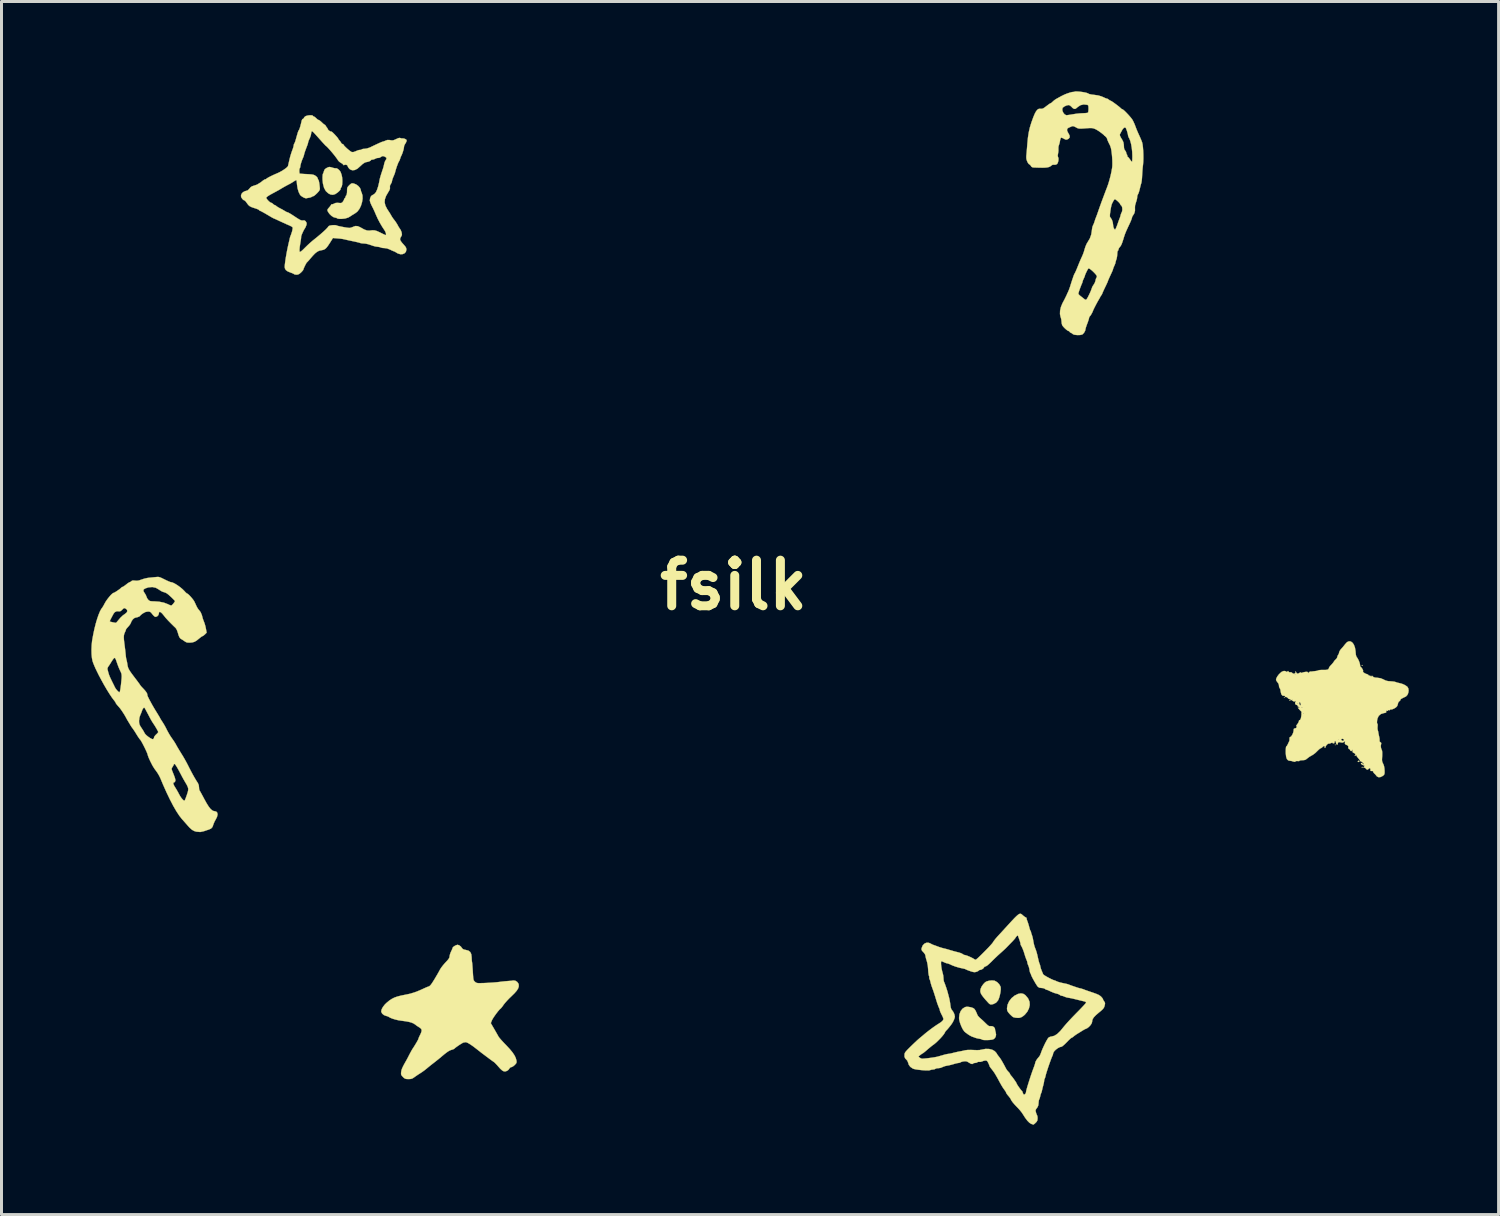
<source format=kicad_pcb>
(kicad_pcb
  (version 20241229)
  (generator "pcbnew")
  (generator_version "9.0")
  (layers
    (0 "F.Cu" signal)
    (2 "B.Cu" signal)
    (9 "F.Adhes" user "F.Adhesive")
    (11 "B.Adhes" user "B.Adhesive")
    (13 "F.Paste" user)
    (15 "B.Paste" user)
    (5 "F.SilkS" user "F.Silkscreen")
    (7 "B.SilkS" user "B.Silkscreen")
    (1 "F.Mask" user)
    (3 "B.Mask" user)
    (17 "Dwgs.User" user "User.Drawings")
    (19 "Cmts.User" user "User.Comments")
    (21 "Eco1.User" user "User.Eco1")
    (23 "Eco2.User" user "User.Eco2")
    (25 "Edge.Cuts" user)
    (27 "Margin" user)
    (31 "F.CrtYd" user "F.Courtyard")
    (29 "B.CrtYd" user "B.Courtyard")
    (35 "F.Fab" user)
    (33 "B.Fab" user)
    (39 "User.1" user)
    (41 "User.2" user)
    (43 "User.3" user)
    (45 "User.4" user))
  (footprint "fsilk"
    (layer "F.Cu")
    (at 21.449 16.49)
    (property "Reference" "fsilk" (at 0 0 0) (layer "F.SilkS") (effects (font (size 1.524 1.524) (thickness 0.3))))
    (attr through_hole)
    (fp_poly (pts (xy 18.394 3.753) (xy 18.384 3.763) (xy 18.374 3.753) (xy 18.384 3.743) (xy 18.394 3.753)) (stroke (width 0.01) (type solid)) (fill yes) (layer "F.SilkS"))
    (fp_poly (pts (xy 20.096 5.334) (xy 20.086 5.344) (xy 20.076 5.334) (xy 20.086 5.324) (xy 20.096 5.334)) (stroke (width 0.01) (type solid)) (fill yes) (layer "F.SilkS"))
    (fp_poly (pts (xy 18.588 3.85) (xy 18.585 3.862) (xy 18.575 3.863) (xy 18.558 3.856) (xy 18.561 3.85) (xy 18.585 3.847) (xy 18.588 3.85)) (stroke (width 0.01) (type solid)) (fill yes) (layer "F.SilkS"))
    (fp_poly (pts (xy 20.99 2.669) (xy 20.992 2.693) (xy 20.99 2.695) (xy 20.978 2.693) (xy 20.977 2.682) (xy 20.984 2.666) (xy 20.99 2.669)) (stroke (width 0.01) (type solid)) (fill yes) (layer "F.SilkS"))
    (fp_poly (pts (xy 20.99 6.071) (xy 20.992 6.095) (xy 20.99 6.098) (xy 20.978 6.095) (xy 20.977 6.085) (xy 20.984 6.068) (xy 20.99 6.071)) (stroke (width 0.01) (type solid)) (fill yes) (layer "F.SilkS"))
    (fp_poly (pts (xy 20.89 5.877) (xy 20.893 5.883) (xy 20.883 5.901) (xy 20.866 5.905) (xy 20.842 5.894) (xy 20.84 5.883) (xy 20.861 5.862) (xy 20.866 5.862) (xy 20.89 5.877)) (stroke (width 0.01) (type solid)) (fill yes) (layer "F.SilkS"))
    (fp_poly (pts (xy 9.669 13.645) (xy 9.741 13.691) (xy 9.811 13.773) (xy 9.84 13.815) (xy 9.88 13.913) (xy 9.886 14.021) (xy 9.86 14.133) (xy 9.806 14.242) (xy 9.725 14.34) (xy 9.662 14.393) (xy 9.599 14.431) (xy 9.537 14.448) (xy 9.479 14.449) (xy 9.41 14.443) (xy 9.351 14.43) (xy 9.332 14.422) (xy 9.294 14.394) (xy 9.243 14.347) (xy 9.207 14.309) (xy 9.16 14.252) (xy 9.136 14.206) (xy 9.128 14.153) (xy 9.127 14.129) (xy 9.146 14.011) (xy 9.198 13.896) (xy 9.277 13.793) (xy 9.377 13.709) (xy 9.492 13.651) (xy 9.5 13.649) (xy 9.591 13.632) (xy 9.669 13.645)) (stroke (width 0.01) (type solid)) (fill yes) (layer "F.SilkS"))
    (fp_poly (pts (xy 8.701 13.206) (xy 8.719 13.211) (xy 8.799 13.257) (xy 8.866 13.325) (xy 8.909 13.401) (xy 8.917 13.432) (xy 8.919 13.502) (xy 8.908 13.595) (xy 8.888 13.695) (xy 8.861 13.788) (xy 8.831 13.86) (xy 8.827 13.867) (xy 8.761 13.943) (xy 8.672 13.988) (xy 8.63 13.998) (xy 8.58 14.002) (xy 8.541 13.983) (xy 8.51 13.953) (xy 8.409 13.842) (xy 8.334 13.753) (xy 8.282 13.682) (xy 8.25 13.623) (xy 8.237 13.571) (xy 8.238 13.521) (xy 8.25 13.471) (xy 8.285 13.395) (xy 8.338 13.322) (xy 8.396 13.262) (xy 8.444 13.233) (xy 8.532 13.208) (xy 8.623 13.199) (xy 8.701 13.206)) (stroke (width 0.01) (type solid)) (fill yes) (layer "F.SilkS"))
    (fp_poly (pts (xy -13.451 -13.957) (xy -13.405 -13.943) (xy -13.346 -13.927) (xy -13.303 -13.92) (xy -13.29 -13.921) (xy -13.258 -13.92) (xy -13.213 -13.895) (xy -13.167 -13.854) (xy -13.132 -13.807) (xy -13.124 -13.792) (xy -13.093 -13.704) (xy -13.075 -13.62) (xy -13.068 -13.521) (xy -13.068 -13.462) (xy -13.074 -13.37) (xy -13.088 -13.311) (xy -13.102 -13.288) (xy -13.124 -13.251) (xy -13.126 -13.227) (xy -13.136 -13.202) (xy -13.17 -13.162) (xy -13.218 -13.118) (xy -13.305 -13.058) (xy -13.385 -13.035) (xy -13.464 -13.046) (xy -13.537 -13.084) (xy -13.619 -13.16) (xy -13.678 -13.268) (xy -13.715 -13.408) (xy -13.728 -13.536) (xy -13.729 -13.619) (xy -13.725 -13.687) (xy -13.719 -13.729) (xy -13.715 -13.736) (xy -13.697 -13.772) (xy -13.682 -13.825) (xy -13.681 -13.826) (xy -13.661 -13.877) (xy -13.617 -13.916) (xy -13.586 -13.933) (xy -13.535 -13.957) (xy -13.496 -13.965) (xy -13.451 -13.957)) (stroke (width 0.01) (type solid)) (fill yes) (layer "F.SilkS"))
    (fp_poly (pts (xy 7.905 14.092) (xy 7.932 14.099) (xy 7.998 14.122) (xy 8.038 14.151) (xy 8.07 14.197) (xy 8.08 14.215) (xy 8.109 14.277) (xy 8.131 14.33) (xy 8.136 14.345) (xy 8.158 14.382) (xy 8.2 14.43) (xy 8.232 14.46) (xy 8.292 14.513) (xy 8.363 14.579) (xy 8.419 14.634) (xy 8.476 14.688) (xy 8.516 14.717) (xy 8.549 14.727) (xy 8.579 14.724) (xy 8.639 14.728) (xy 8.691 14.757) (xy 8.723 14.803) (xy 8.727 14.827) (xy 8.733 14.873) (xy 8.749 14.929) (xy 8.749 14.931) (xy 8.762 15.014) (xy 8.745 15.089) (xy 8.7 15.146) (xy 8.661 15.168) (xy 8.611 15.179) (xy 8.541 15.187) (xy 8.464 15.191) (xy 8.391 15.191) (xy 8.333 15.186) (xy 8.3 15.177) (xy 8.298 15.175) (xy 8.273 15.162) (xy 8.224 15.149) (xy 8.201 15.146) (xy 8.13 15.132) (xy 8.066 15.114) (xy 8.055 15.109) (xy 8.011 15.092) (xy 7.985 15.084) (xy 7.984 15.084) (xy 7.943 15.068) (xy 7.882 15.035) (xy 7.815 14.992) (xy 7.752 14.946) (xy 7.706 14.906) (xy 7.699 14.899) (xy 7.646 14.821) (xy 7.598 14.721) (xy 7.558 14.614) (xy 7.532 14.513) (xy 7.526 14.452) (xy 7.54 14.328) (xy 7.58 14.223) (xy 7.642 14.143) (xy 7.723 14.092) (xy 7.762 14.081) (xy 7.826 14.08) (xy 7.905 14.092)) (stroke (width 0.01) (type solid)) (fill yes) (layer "F.SilkS"))
    (fp_poly (pts (xy -12.687 -13.412) (xy -12.607 -13.381) (xy -12.535 -13.329) (xy -12.48 -13.266) (xy -12.452 -13.201) (xy -12.45 -13.181) (xy -12.441 -13.146) (xy -12.42 -13.098) (xy -12.42 -13.098) (xy -12.395 -13.012) (xy -12.392 -12.906) (xy -12.41 -12.789) (xy -12.445 -12.673) (xy -12.496 -12.567) (xy -12.559 -12.482) (xy -12.561 -12.48) (xy -12.613 -12.437) (xy -12.673 -12.397) (xy -12.674 -12.396) (xy -12.727 -12.366) (xy -12.767 -12.339) (xy -12.77 -12.337) (xy -12.867 -12.277) (xy -12.974 -12.244) (xy -13.083 -12.232) (xy -13.162 -12.232) (xy -13.218 -12.239) (xy -13.24 -12.248) (xy -13.268 -12.266) (xy -13.294 -12.27) (xy -13.356 -12.286) (xy -13.426 -12.329) (xy -13.491 -12.391) (xy -13.518 -12.426) (xy -13.555 -12.484) (xy -13.567 -12.524) (xy -13.553 -12.56) (xy -13.514 -12.606) (xy -13.513 -12.608) (xy -13.473 -12.654) (xy -13.447 -12.693) (xy -13.443 -12.701) (xy -13.423 -12.722) (xy -13.411 -12.72) (xy -13.382 -12.722) (xy -13.34 -12.742) (xy -13.29 -12.763) (xy -13.225 -12.767) (xy -13.19 -12.764) (xy -13.129 -12.759) (xy -13.091 -12.766) (xy -13.063 -12.789) (xy -13.051 -12.804) (xy -13.023 -12.847) (xy -13.01 -12.88) (xy -13.01 -12.88) (xy -12.996 -12.913) (xy -12.98 -12.93) (xy -12.96 -12.957) (xy -12.96 -12.97) (xy -12.955 -12.994) (xy -12.94 -13.01) (xy -12.92 -13.047) (xy -12.911 -13.116) (xy -12.91 -13.159) (xy -12.908 -13.229) (xy -12.899 -13.276) (xy -12.876 -13.313) (xy -12.835 -13.356) (xy -12.788 -13.398) (xy -12.753 -13.417) (xy -12.715 -13.418) (xy -12.687 -13.412)) (stroke (width 0.01) (type solid)) (fill yes) (layer "F.SilkS"))
    (fp_poly (pts (xy -9.163 12.027) (xy -9.108 12.07) (xy -9.07 12.123) (xy -9.041 12.153) (xy -8.988 12.173) (xy -8.948 12.18) (xy -8.857 12.204) (xy -8.796 12.251) (xy -8.762 12.324) (xy -8.75 12.423) (xy -8.747 12.497) (xy -8.741 12.563) (xy -8.736 12.592) (xy -8.731 12.631) (xy -8.725 12.7) (xy -8.718 12.792) (xy -8.711 12.896) (xy -8.71 12.92) (xy -8.703 13.03) (xy -8.697 13.108) (xy -8.69 13.16) (xy -8.68 13.194) (xy -8.665 13.218) (xy -8.645 13.239) (xy -8.637 13.246) (xy -8.613 13.265) (xy -8.59 13.278) (xy -8.559 13.286) (xy -8.515 13.29) (xy -8.449 13.289) (xy -8.354 13.287) (xy -8.288 13.284) (xy -8.167 13.278) (xy -8.044 13.27) (xy -7.933 13.261) (xy -7.846 13.252) (xy -7.836 13.251) (xy -7.737 13.238) (xy -7.633 13.227) (xy -7.546 13.22) (xy -7.48 13.215) (xy -7.433 13.212) (xy -7.416 13.21) (xy -7.399 13.206) (xy -7.358 13.2) (xy -7.291 13.209) (xy -7.229 13.248) (xy -7.187 13.306) (xy -7.178 13.333) (xy -7.176 13.397) (xy -7.196 13.463) (xy -7.241 13.537) (xy -7.315 13.623) (xy -7.417 13.723) (xy -7.498 13.801) (xy -7.575 13.882) (xy -7.64 13.956) (xy -7.681 14.009) (xy -7.723 14.069) (xy -7.76 14.115) (xy -7.782 14.138) (xy -7.817 14.169) (xy -7.866 14.226) (xy -7.922 14.298) (xy -7.978 14.376) (xy -8.028 14.45) (xy -8.064 14.512) (xy -8.076 14.537) (xy -8.11 14.626) (xy -7.995 14.824) (xy -7.946 14.909) (xy -7.902 14.986) (xy -7.868 15.046) (xy -7.852 15.076) (xy -7.829 15.108) (xy -7.783 15.163) (xy -7.72 15.233) (xy -7.645 15.313) (xy -7.598 15.361) (xy -7.477 15.491) (xy -7.385 15.603) (xy -7.319 15.701) (xy -7.276 15.791) (xy -7.253 15.877) (xy -7.252 15.879) (xy -7.249 15.927) (xy -7.261 15.965) (xy -7.297 16.007) (xy -7.311 16.022) (xy -7.361 16.064) (xy -7.407 16.089) (xy -7.424 16.093) (xy -7.467 16.11) (xy -7.488 16.139) (xy -7.521 16.184) (xy -7.563 16.215) (xy -7.619 16.237) (xy -7.671 16.236) (xy -7.726 16.208) (xy -7.789 16.152) (xy -7.848 16.086) (xy -7.906 16.021) (xy -7.957 15.967) (xy -7.993 15.932) (xy -8.004 15.924) (xy -8.034 15.904) (xy -8.089 15.864) (xy -8.163 15.81) (xy -8.247 15.747) (xy -8.336 15.68) (xy -8.424 15.614) (xy -8.502 15.553) (xy -8.564 15.504) (xy -8.577 15.494) (xy -8.691 15.406) (xy -8.791 15.336) (xy -8.872 15.288) (xy -8.931 15.263) (xy -8.957 15.261) (xy -9.001 15.27) (xy -9.02 15.272) (xy -9.046 15.283) (xy -9.094 15.311) (xy -9.155 15.349) (xy -9.218 15.392) (xy -9.274 15.432) (xy -9.312 15.463) (xy -9.324 15.475) (xy -9.346 15.49) (xy -9.392 15.508) (xy -9.413 15.514) (xy -9.462 15.53) (xy -9.513 15.556) (xy -9.572 15.595) (xy -9.646 15.651) (xy -9.741 15.73) (xy -9.768 15.753) (xy -9.851 15.822) (xy -9.944 15.896) (xy -10.027 15.961) (xy -10.028 15.962) (xy -10.106 16.022) (xy -10.185 16.086) (xy -10.25 16.14) (xy -10.251 16.141) (xy -10.322 16.198) (xy -10.405 16.258) (xy -10.459 16.293) (xy -10.536 16.342) (xy -10.614 16.395) (xy -10.66 16.428) (xy -10.719 16.468) (xy -10.773 16.487) (xy -10.842 16.493) (xy -10.859 16.493) (xy -10.928 16.49) (xy -10.974 16.478) (xy -11.015 16.45) (xy -11.043 16.422) (xy -11.085 16.377) (xy -11.104 16.34) (xy -11.107 16.293) (xy -11.102 16.251) (xy -11.094 16.205) (xy -11.079 16.155) (xy -11.053 16.095) (xy -11.014 16.018) (xy -10.959 15.919) (xy -10.91 15.832) (xy -10.893 15.8) (xy -10.864 15.744) (xy -10.829 15.676) (xy -10.827 15.672) (xy -10.789 15.6) (xy -10.753 15.535) (xy -10.728 15.492) (xy -10.684 15.426) (xy -10.638 15.352) (xy -10.594 15.279) (xy -10.558 15.216) (xy -10.535 15.171) (xy -10.528 15.154) (xy -10.52 15.124) (xy -10.5 15.079) (xy -10.5 15.078) (xy -10.452 14.98) (xy -10.425 14.909) (xy -10.419 14.858) (xy -10.434 14.818) (xy -10.472 14.783) (xy -10.526 14.748) (xy -10.573 14.718) (xy -10.604 14.696) (xy -10.608 14.692) (xy -10.631 14.674) (xy -10.673 14.646) (xy -10.688 14.637) (xy -10.751 14.609) (xy -10.839 14.584) (xy -10.957 14.562) (xy -11.111 14.542) (xy -11.115 14.541) (xy -11.202 14.527) (xy -11.295 14.505) (xy -11.385 14.478) (xy -11.459 14.449) (xy -11.506 14.423) (xy -11.509 14.421) (xy -11.548 14.4) (xy -11.605 14.383) (xy -11.614 14.381) (xy -11.683 14.353) (xy -11.738 14.306) (xy -11.767 14.248) (xy -11.769 14.228) (xy -11.754 14.163) (xy -11.712 14.085) (xy -11.65 14.005) (xy -11.595 13.951) (xy -11.503 13.874) (xy -11.416 13.816) (xy -11.325 13.77) (xy -11.22 13.734) (xy -11.092 13.702) (xy -10.979 13.68) (xy -10.808 13.644) (xy -10.653 13.597) (xy -10.494 13.535) (xy -10.394 13.49) (xy -10.314 13.453) (xy -10.243 13.422) (xy -10.191 13.403) (xy -10.179 13.399) (xy -10.15 13.383) (xy -10.115 13.347) (xy -10.07 13.285) (xy -10.012 13.193) (xy -9.993 13.163) (xy -9.937 13.068) (xy -9.883 12.976) (xy -9.838 12.896) (xy -9.808 12.84) (xy -9.771 12.78) (xy -9.714 12.705) (xy -9.649 12.628) (xy -9.623 12.6) (xy -9.556 12.528) (xy -9.515 12.475) (xy -9.493 12.434) (xy -9.487 12.398) (xy -9.478 12.345) (xy -9.455 12.276) (xy -9.438 12.238) (xy -9.41 12.179) (xy -9.391 12.132) (xy -9.387 12.114) (xy -9.371 12.087) (xy -9.33 12.055) (xy -9.278 12.027) (xy -9.23 12.011) (xy -9.217 12.01) (xy -9.163 12.027)) (stroke (width 0.01) (type solid)) (fill yes) (layer "F.SilkS"))
    (fp_poly (pts (xy 20.608 1.881) (xy 20.663 1.92) (xy 20.71 1.988) (xy 20.746 2.084) (xy 20.766 2.204) (xy 20.769 2.249) (xy 20.777 2.328) (xy 20.794 2.384) (xy 20.804 2.399) (xy 20.839 2.451) (xy 20.875 2.523) (xy 20.902 2.597) (xy 20.916 2.658) (xy 20.916 2.665) (xy 20.922 2.707) (xy 20.932 2.725) (xy 20.959 2.748) (xy 20.988 2.788) (xy 21.011 2.831) (xy 21.02 2.863) (xy 21.016 2.872) (xy 21.013 2.891) (xy 21.038 2.918) (xy 21.081 2.946) (xy 21.132 2.967) (xy 21.142 2.97) (xy 21.181 2.985) (xy 21.197 3.003) (xy 21.213 3.019) (xy 21.237 3.022) (xy 21.269 3.033) (xy 21.277 3.047) (xy 21.284 3.058) (xy 21.296 3.042) (xy 21.314 3.024) (xy 21.334 3.038) (xy 21.342 3.049) (xy 21.372 3.073) (xy 21.426 3.087) (xy 21.491 3.092) (xy 21.6 3.108) (xy 21.692 3.145) (xy 21.704 3.152) (xy 21.774 3.186) (xy 21.85 3.204) (xy 21.931 3.21) (xy 22.007 3.216) (xy 22.071 3.225) (xy 22.107 3.236) (xy 22.154 3.253) (xy 22.215 3.267) (xy 22.221 3.268) (xy 22.319 3.294) (xy 22.416 3.337) (xy 22.493 3.389) (xy 22.493 3.389) (xy 22.527 3.444) (xy 22.538 3.517) (xy 22.527 3.595) (xy 22.498 3.665) (xy 22.452 3.714) (xy 22.44 3.721) (xy 22.352 3.763) (xy 22.297 3.793) (xy 22.269 3.815) (xy 22.264 3.832) (xy 22.264 3.832) (xy 22.254 3.856) (xy 22.231 3.873) (xy 22.198 3.907) (xy 22.183 3.951) (xy 22.168 4.008) (xy 22.149 4.047) (xy 22.112 4.083) (xy 22.058 4.117) (xy 22.001 4.142) (xy 21.956 4.152) (xy 21.946 4.15) (xy 21.921 4.152) (xy 21.917 4.162) (xy 21.902 4.177) (xy 21.875 4.172) (xy 21.845 4.168) (xy 21.847 4.183) (xy 21.849 4.199) (xy 21.821 4.195) (xy 21.792 4.191) (xy 21.789 4.213) (xy 21.79 4.22) (xy 21.791 4.245) (xy 21.769 4.26) (xy 21.717 4.271) (xy 21.709 4.272) (xy 21.611 4.303) (xy 21.541 4.363) (xy 21.498 4.452) (xy 21.486 4.514) (xy 21.481 4.581) (xy 21.486 4.618) (xy 21.492 4.624) (xy 21.503 4.642) (xy 21.504 4.689) (xy 21.502 4.713) (xy 21.499 4.776) (xy 21.504 4.827) (xy 21.507 4.838) (xy 21.521 4.887) (xy 21.527 4.924) (xy 21.536 4.975) (xy 21.55 5.041) (xy 21.555 5.061) (xy 21.567 5.123) (xy 21.569 5.173) (xy 21.567 5.185) (xy 21.572 5.224) (xy 21.595 5.243) (xy 21.624 5.269) (xy 21.62 5.307) (xy 21.618 5.311) (xy 21.609 5.369) (xy 21.616 5.436) (xy 21.635 5.49) (xy 21.639 5.496) (xy 21.652 5.531) (xy 21.657 5.596) (xy 21.656 5.695) (xy 21.652 5.765) (xy 21.649 5.832) (xy 21.653 5.88) (xy 21.669 5.927) (xy 21.699 5.99) (xy 21.702 5.995) (xy 21.718 6.047) (xy 21.73 6.121) (xy 21.735 6.189) (xy 21.736 6.261) (xy 21.73 6.306) (xy 21.715 6.335) (xy 21.686 6.361) (xy 21.676 6.369) (xy 21.602 6.407) (xy 21.535 6.413) (xy 21.48 6.386) (xy 21.463 6.365) (xy 21.426 6.319) (xy 21.393 6.289) (xy 21.364 6.256) (xy 21.357 6.233) (xy 21.344 6.208) (xy 21.332 6.206) (xy 21.279 6.206) (xy 21.261 6.189) (xy 21.263 6.178) (xy 21.262 6.139) (xy 21.255 6.123) (xy 21.236 6.106) (xy 21.215 6.123) (xy 21.209 6.13) (xy 21.172 6.161) (xy 21.137 6.153) (xy 21.109 6.123) (xy 21.08 6.096) (xy 21.058 6.094) (xy 21.039 6.097) (xy 21.04 6.077) (xy 21.059 6.05) (xy 21.067 6.031) (xy 21.04 6.016) (xy 21.03 6.014) (xy 20.983 5.994) (xy 20.952 5.968) (xy 20.946 5.944) (xy 20.953 5.937) (xy 20.98 5.94) (xy 20.997 5.955) (xy 21.027 5.98) (xy 21.043 5.985) (xy 21.045 5.972) (xy 21.023 5.942) (xy 21.017 5.935) (xy 20.977 5.901) (xy 20.945 5.885) (xy 20.943 5.885) (xy 20.919 5.872) (xy 20.916 5.864) (xy 20.904 5.837) (xy 20.872 5.796) (xy 20.857 5.778) (xy 20.82 5.733) (xy 20.798 5.696) (xy 20.796 5.687) (xy 20.792 5.67) (xy 20.771 5.681) (xy 20.763 5.687) (xy 20.74 5.704) (xy 20.743 5.691) (xy 20.752 5.674) (xy 20.762 5.643) (xy 20.745 5.622) (xy 20.715 5.607) (xy 20.674 5.583) (xy 20.664 5.552) (xy 20.668 5.528) (xy 20.673 5.494) (xy 20.666 5.495) (xy 20.657 5.509) (xy 20.626 5.541) (xy 20.6 5.533) (xy 20.586 5.504) (xy 20.569 5.476) (xy 20.556 5.474) (xy 20.539 5.468) (xy 20.525 5.439) (xy 20.521 5.403) (xy 20.526 5.385) (xy 20.517 5.366) (xy 20.481 5.342) (xy 20.469 5.337) (xy 20.424 5.314) (xy 20.409 5.288) (xy 20.412 5.252) (xy 20.418 5.213) (xy 20.409 5.21) (xy 20.386 5.231) (xy 20.338 5.257) (xy 20.298 5.254) (xy 20.23 5.241) (xy 20.192 5.245) (xy 20.177 5.269) (xy 20.176 5.284) (xy 20.167 5.319) (xy 20.147 5.324) (xy 20.125 5.303) (xy 20.112 5.26) (xy 20.112 5.259) (xy 20.101 5.216) (xy 20.084 5.201) (xy 20.07 5.215) (xy 20.067 5.245) (xy 20.055 5.278) (xy 20.032 5.284) (xy 20.002 5.276) (xy 19.996 5.265) (xy 19.981 5.26) (xy 19.944 5.273) (xy 19.942 5.274) (xy 19.899 5.291) (xy 19.871 5.291) (xy 19.846 5.296) (xy 19.813 5.324) (xy 19.781 5.361) (xy 19.763 5.397) (xy 19.763 5.4) (xy 19.752 5.434) (xy 19.74 5.435) (xy 19.736 5.408) (xy 19.728 5.371) (xy 19.703 5.371) (xy 19.665 5.404) (xy 19.63 5.434) (xy 19.606 5.444) (xy 19.578 5.458) (xy 19.538 5.492) (xy 19.52 5.509) (xy 19.427 5.6) (xy 19.342 5.664) (xy 19.283 5.697) (xy 19.221 5.734) (xy 19.159 5.781) (xy 19.152 5.787) (xy 19.103 5.825) (xy 19.051 5.841) (xy 18.993 5.845) (xy 18.936 5.848) (xy 18.901 5.858) (xy 18.895 5.865) (xy 18.878 5.876) (xy 18.845 5.873) (xy 18.792 5.872) (xy 18.764 5.885) (xy 18.73 5.9) (xy 18.684 5.888) (xy 18.683 5.888) (xy 18.624 5.87) (xy 18.573 5.865) (xy 18.516 5.85) (xy 18.474 5.806) (xy 18.448 5.728) (xy 18.436 5.616) (xy 18.435 5.559) (xy 18.437 5.48) (xy 18.442 5.42) (xy 18.45 5.387) (xy 18.454 5.384) (xy 18.473 5.368) (xy 18.497 5.326) (xy 18.505 5.309) (xy 18.531 5.253) (xy 18.552 5.208) (xy 18.555 5.201) (xy 18.564 5.156) (xy 18.564 5.154) (xy 20.196 5.154) (xy 20.206 5.164) (xy 20.216 5.154) (xy 20.21 5.148) (xy 20.283 5.148) (xy 20.296 5.174) (xy 20.296 5.174) (xy 20.326 5.201) (xy 20.358 5.195) (xy 20.372 5.187) (xy 20.383 5.166) (xy 20.367 5.143) (xy 20.335 5.13) (xy 20.304 5.132) (xy 20.283 5.148) (xy 20.21 5.148) (xy 20.206 5.144) (xy 20.196 5.154) (xy 18.564 5.154) (xy 18.561 5.125) (xy 18.562 5.087) (xy 18.587 5.071) (xy 18.621 5.045) (xy 18.655 4.993) (xy 18.683 4.928) (xy 18.698 4.864) (xy 18.699 4.841) (xy 18.705 4.798) (xy 18.73 4.784) (xy 18.734 4.784) (xy 18.772 4.773) (xy 18.799 4.749) (xy 18.803 4.723) (xy 18.794 4.713) (xy 18.787 4.691) (xy 18.81 4.657) (xy 18.848 4.605) (xy 18.873 4.553) (xy 18.878 4.519) (xy 18.89 4.508) (xy 18.898 4.509) (xy 18.918 4.495) (xy 18.938 4.456) (xy 18.939 4.454) (xy 18.95 4.401) (xy 18.959 4.338) (xy 18.962 4.283) (xy 19.015 4.283) (xy 19.022 4.3) (xy 19.028 4.297) (xy 19.031 4.273) (xy 19.028 4.27) (xy 19.016 4.273) (xy 19.015 4.283) (xy 18.962 4.283) (xy 18.962 4.278) (xy 18.961 4.233) (xy 18.955 4.218) (xy 18.937 4.201) (xy 18.902 4.165) (xy 18.885 4.146) (xy 18.85 4.105) (xy 18.84 4.088) (xy 18.854 4.088) (xy 18.872 4.093) (xy 18.906 4.098) (xy 18.906 4.085) (xy 18.883 4.07) (xy 18.962 4.07) (xy 18.964 4.082) (xy 18.975 4.083) (xy 18.991 4.076) (xy 18.988 4.07) (xy 18.965 4.067) (xy 18.962 4.07) (xy 18.883 4.07) (xy 18.876 4.065) (xy 18.864 4.063) (xy 18.838 4.047) (xy 18.835 4.033) (xy 18.821 4.007) (xy 18.809 4.003) (xy 18.766 3.987) (xy 18.75 3.95) (xy 18.821 3.95) (xy 18.824 3.962) (xy 18.835 3.963) (xy 18.851 3.956) (xy 18.848 3.95) (xy 18.824 3.947) (xy 18.821 3.95) (xy 18.75 3.95) (xy 18.749 3.947) (xy 18.752 3.93) (xy 18.882 3.93) (xy 18.89 3.969) (xy 18.905 4.004) (xy 18.921 4.017) (xy 18.922 4.017) (xy 18.938 3.994) (xy 18.938 3.971) (xy 18.924 3.931) (xy 18.903 3.905) (xy 18.887 3.904) (xy 18.882 3.93) (xy 18.752 3.93) (xy 18.756 3.911) (xy 18.764 3.874) (xy 18.756 3.863) (xy 18.733 3.879) (xy 18.731 3.884) (xy 18.713 3.886) (xy 18.675 3.867) (xy 18.656 3.854) (xy 18.606 3.822) (xy 18.585 3.813) (xy 18.655 3.813) (xy 18.665 3.823) (xy 18.675 3.813) (xy 18.665 3.803) (xy 18.655 3.813) (xy 18.585 3.813) (xy 18.564 3.804) (xy 18.556 3.803) (xy 18.521 3.788) (xy 18.5 3.764) (xy 18.468 3.736) (xy 18.445 3.736) (xy 18.419 3.733) (xy 18.415 3.718) (xy 18.398 3.696) (xy 18.363 3.694) (xy 18.319 3.684) (xy 18.287 3.639) (xy 18.267 3.559) (xy 18.263 3.523) (xy 18.251 3.47) (xy 18.232 3.435) (xy 18.23 3.433) (xy 18.213 3.399) (xy 18.21 3.36) (xy 18.199 3.299) (xy 18.158 3.24) (xy 18.123 3.194) (xy 18.111 3.16) (xy 18.119 3.12) (xy 18.122 3.11) (xy 18.157 3.044) (xy 18.198 2.992) (xy 18.735 2.992) (xy 18.745 3.002) (xy 18.755 2.992) (xy 18.745 2.982) (xy 18.735 2.992) (xy 18.198 2.992) (xy 18.213 2.973) (xy 18.276 2.912) (xy 18.311 2.887) (xy 18.377 2.864) (xy 18.433 2.874) (xy 18.451 2.887) (xy 18.476 2.901) (xy 18.494 2.883) (xy 18.511 2.864) (xy 18.524 2.883) (xy 18.525 2.886) (xy 18.552 2.909) (xy 18.579 2.907) (xy 18.623 2.91) (xy 18.643 2.924) (xy 18.683 2.954) (xy 18.725 2.957) (xy 18.755 2.934) (xy 18.761 2.918) (xy 18.77 2.872) (xy 18.784 2.917) (xy 18.812 2.951) (xy 18.855 2.952) (xy 18.901 2.925) (xy 18.931 2.911) (xy 18.945 2.922) (xy 18.969 2.933) (xy 18.982 2.925) (xy 19.015 2.912) (xy 19.07 2.9) (xy 19.09 2.897) (xy 19.145 2.894) (xy 19.17 2.902) (xy 19.176 2.92) (xy 19.18 2.94) (xy 19.195 2.928) (xy 19.204 2.916) (xy 19.241 2.888) (xy 19.269 2.883) (xy 19.305 2.884) (xy 19.315 2.883) (xy 19.34 2.878) (xy 19.389 2.873) (xy 19.413 2.87) (xy 19.472 2.862) (xy 19.515 2.85) (xy 19.523 2.845) (xy 19.553 2.837) (xy 19.611 2.832) (xy 19.684 2.831) (xy 19.686 2.831) (xy 19.779 2.83) (xy 19.838 2.819) (xy 19.868 2.797) (xy 19.876 2.768) (xy 19.889 2.738) (xy 19.923 2.694) (xy 19.944 2.673) (xy 19.991 2.622) (xy 20.029 2.574) (xy 20.037 2.56) (xy 20.072 2.511) (xy 20.109 2.476) (xy 20.143 2.436) (xy 20.156 2.399) (xy 20.17 2.352) (xy 20.186 2.329) (xy 20.21 2.285) (xy 20.216 2.252) (xy 20.23 2.209) (xy 20.265 2.154) (xy 20.288 2.128) (xy 20.346 2.063) (xy 20.404 1.99) (xy 20.421 1.968) (xy 20.483 1.902) (xy 20.547 1.874) (xy 20.608 1.881)) (stroke (width 0.01) (type solid)) (fill yes) (layer "F.SilkS"))
    (fp_poly (pts (xy -19.198 -0.273) (xy -19.152 -0.26) (xy -19.094 -0.235) (xy -19.011 -0.194) (xy -19.007 -0.192) (xy -18.927 -0.153) (xy -18.857 -0.122) (xy -18.807 -0.103) (xy -18.79 -0.1) (xy -18.735 -0.087) (xy -18.661 -0.051) (xy -18.576 0.001) (xy -18.487 0.065) (xy -18.404 0.134) (xy -18.335 0.203) (xy -18.329 0.211) (xy -18.289 0.252) (xy -18.258 0.277) (xy -18.25 0.28) (xy -18.224 0.295) (xy -18.182 0.333) (xy -18.132 0.386) (xy -18.081 0.445) (xy -18.038 0.501) (xy -18.011 0.544) (xy -17.982 0.605) (xy -17.949 0.677) (xy -17.938 0.701) (xy -17.905 0.763) (xy -17.869 0.815) (xy -17.855 0.83) (xy -17.8 0.901) (xy -17.758 1.001) (xy -17.743 1.06) (xy -17.726 1.122) (xy -17.699 1.195) (xy -17.689 1.22) (xy -17.664 1.289) (xy -17.639 1.377) (xy -17.624 1.449) (xy -17.599 1.587) (xy -17.657 1.644) (xy -17.699 1.68) (xy -17.731 1.7) (xy -17.737 1.701) (xy -17.762 1.714) (xy -17.806 1.746) (xy -17.849 1.781) (xy -17.93 1.847) (xy -17.999 1.888) (xy -18.069 1.91) (xy -18.155 1.919) (xy -18.229 1.918) (xy -18.282 1.905) (xy -18.333 1.874) (xy -18.335 1.873) (xy -18.389 1.835) (xy -18.438 1.805) (xy -18.447 1.8) (xy -18.482 1.774) (xy -18.51 1.734) (xy -18.536 1.67) (xy -18.563 1.58) (xy -18.586 1.513) (xy -18.613 1.458) (xy -18.629 1.436) (xy -18.77 1.298) (xy -18.886 1.179) (xy -18.975 1.081) (xy -19.018 1.026) (xy -19.083 0.947) (xy -19.134 0.902) (xy -19.17 0.891) (xy -19.191 0.914) (xy -19.195 0.951) (xy -19.213 1.003) (xy -19.255 1.044) (xy -19.307 1.06) (xy -19.341 1.044) (xy -19.384 1.003) (xy -19.411 0.97) (xy -19.453 0.918) (xy -19.487 0.891) (xy -19.528 0.882) (xy -19.557 0.881) (xy -19.637 0.894) (xy -19.719 0.937) (xy -19.727 0.942) (xy -19.776 0.978) (xy -19.809 1.006) (xy -19.816 1.017) (xy -19.833 1.036) (xy -19.874 1.057) (xy -19.924 1.074) (xy -19.966 1.081) (xy -20.012 1.098) (xy -20.062 1.14) (xy -20.103 1.197) (xy -20.124 1.246) (xy -20.145 1.292) (xy -20.185 1.349) (xy -20.216 1.384) (xy -20.26 1.433) (xy -20.289 1.472) (xy -20.296 1.489) (xy -20.305 1.522) (xy -20.323 1.563) (xy -20.347 1.616) (xy -20.361 1.671) (xy -20.365 1.737) (xy -20.361 1.822) (xy -20.348 1.936) (xy -20.345 1.956) (xy -20.331 2.065) (xy -20.318 2.173) (xy -20.308 2.267) (xy -20.303 2.319) (xy -20.295 2.394) (xy -20.285 2.458) (xy -20.276 2.491) (xy -20.265 2.535) (xy -20.252 2.602) (xy -20.246 2.645) (xy -20.236 2.703) (xy -20.221 2.756) (xy -20.196 2.811) (xy -20.157 2.875) (xy -20.102 2.954) (xy -20.026 3.055) (xy -19.993 3.099) (xy -19.932 3.178) (xy -19.88 3.249) (xy -19.84 3.304) (xy -19.82 3.334) (xy -19.82 3.335) (xy -19.794 3.37) (xy -19.75 3.418) (xy -19.716 3.453) (xy -19.661 3.513) (xy -19.616 3.571) (xy -19.587 3.621) (xy -19.58 3.653) (xy -19.583 3.657) (xy -19.579 3.679) (xy -19.558 3.73) (xy -19.522 3.804) (xy -19.474 3.894) (xy -19.418 3.996) (xy -19.356 4.103) (xy -19.292 4.209) (xy -19.284 4.221) (xy -19.235 4.301) (xy -19.194 4.369) (xy -19.166 4.416) (xy -19.155 4.437) (xy -19.155 4.438) (xy -19.145 4.458) (xy -19.119 4.5) (xy -19.1 4.53) (xy -19.056 4.598) (xy -19.023 4.652) (xy -18.993 4.704) (xy -18.959 4.768) (xy -18.916 4.854) (xy -18.867 4.943) (xy -18.813 5.034) (xy -18.763 5.108) (xy -18.755 5.119) (xy -18.703 5.193) (xy -18.652 5.272) (xy -18.625 5.319) (xy -18.604 5.358) (xy -18.585 5.391) (xy -18.565 5.426) (xy -18.539 5.47) (xy -18.503 5.529) (xy -18.454 5.609) (xy -18.395 5.704) (xy -18.337 5.803) (xy -18.273 5.918) (xy -18.215 6.03) (xy -18.198 6.065) (xy -18.137 6.184) (xy -18.071 6.308) (xy -18.004 6.427) (xy -17.942 6.531) (xy -17.892 6.608) (xy -17.892 6.608) (xy -17.863 6.675) (xy -17.854 6.749) (xy -17.85 6.808) (xy -17.84 6.849) (xy -17.836 6.856) (xy -17.82 6.88) (xy -17.79 6.933) (xy -17.75 7.007) (xy -17.703 7.094) (xy -17.692 7.116) (xy -17.609 7.267) (xy -17.537 7.384) (xy -17.473 7.467) (xy -17.416 7.519) (xy -17.364 7.543) (xy -17.341 7.546) (xy -17.279 7.561) (xy -17.243 7.601) (xy -17.235 7.663) (xy -17.254 7.741) (xy -17.294 7.82) (xy -17.334 7.892) (xy -17.366 7.967) (xy -17.377 8) (xy -17.406 8.078) (xy -17.454 8.129) (xy -17.529 8.162) (xy -17.534 8.163) (xy -17.601 8.185) (xy -17.674 8.21) (xy -17.684 8.214) (xy -17.812 8.242) (xy -17.944 8.231) (xy -18.012 8.21) (xy -18.087 8.169) (xy -18.168 8.097) (xy -18.212 8.049) (xy -18.282 7.969) (xy -18.358 7.883) (xy -18.425 7.808) (xy -18.427 7.806) (xy -18.513 7.696) (xy -18.609 7.55) (xy -18.713 7.371) (xy -18.822 7.161) (xy -18.937 6.922) (xy -19.055 6.658) (xy -19.143 6.448) (xy -19.185 6.362) (xy -19.24 6.269) (xy -19.283 6.208) (xy -19.334 6.138) (xy -18.769 6.138) (xy -18.758 6.178) (xy -18.745 6.211) (xy -18.699 6.327) (xy -18.667 6.411) (xy -18.649 6.472) (xy -18.642 6.514) (xy -18.645 6.54) (xy -18.664 6.575) (xy -18.685 6.585) (xy -18.711 6.599) (xy -18.709 6.639) (xy -18.681 6.703) (xy -18.648 6.756) (xy -18.6 6.834) (xy -18.55 6.922) (xy -18.528 6.966) (xy -18.486 7.042) (xy -18.441 7.109) (xy -18.396 7.161) (xy -18.359 7.192) (xy -18.335 7.194) (xy -18.334 7.193) (xy -18.321 7.168) (xy -18.298 7.113) (xy -18.272 7.04) (xy -18.257 6.997) (xy -18.229 6.91) (xy -18.215 6.845) (xy -18.214 6.789) (xy -18.231 6.732) (xy -18.264 6.663) (xy -18.318 6.572) (xy -18.322 6.565) (xy -18.369 6.484) (xy -18.42 6.391) (xy -18.449 6.335) (xy -18.519 6.203) (xy -18.577 6.098) (xy -18.624 6.022) (xy -18.657 5.979) (xy -18.67 5.97) (xy -18.692 5.976) (xy -18.695 5.985) (xy -18.706 6.016) (xy -18.732 6.061) (xy -18.737 6.068) (xy -18.762 6.107) (xy -18.769 6.138) (xy -19.334 6.138) (xy -19.335 6.137) (xy -19.382 6.065) (xy -19.412 6.014) (xy -19.483 5.874) (xy -19.534 5.762) (xy -19.563 5.681) (xy -19.569 5.656) (xy -19.583 5.614) (xy -19.611 5.548) (xy -19.648 5.468) (xy -19.691 5.381) (xy -19.734 5.297) (xy -19.774 5.225) (xy -19.805 5.174) (xy -19.822 5.154) (xy -19.843 5.129) (xy -19.878 5.078) (xy -19.922 5.011) (xy -19.944 4.974) (xy -19.991 4.898) (xy -20.035 4.832) (xy -20.067 4.786) (xy -20.077 4.774) (xy -20.111 4.727) (xy -20.144 4.674) (xy -20.18 4.612) (xy -20.216 4.554) (xy -20.227 4.535) (xy -19.856 4.535) (xy -19.853 4.601) (xy -19.84 4.654) (xy -19.813 4.709) (xy -19.775 4.767) (xy -19.731 4.834) (xy -19.695 4.894) (xy -19.675 4.934) (xy -19.649 4.973) (xy -19.603 5.019) (xy -19.544 5.066) (xy -19.484 5.106) (xy -19.43 5.135) (xy -19.391 5.144) (xy -19.382 5.141) (xy -19.358 5.103) (xy -19.355 5.084) (xy -19.341 5.05) (xy -19.305 5.006) (xy -19.285 4.987) (xy -19.243 4.946) (xy -19.218 4.914) (xy -19.215 4.905) (xy -19.225 4.878) (xy -19.252 4.826) (xy -19.289 4.761) (xy -19.331 4.692) (xy -19.372 4.629) (xy -19.383 4.614) (xy -19.42 4.556) (xy -19.46 4.488) (xy -19.468 4.474) (xy -19.518 4.379) (xy -19.566 4.288) (xy -19.609 4.208) (xy -19.643 4.145) (xy -19.664 4.107) (xy -19.668 4.1) (xy -19.69 4.089) (xy -19.718 4.111) (xy -19.745 4.159) (xy -19.756 4.189) (xy -19.783 4.264) (xy -19.814 4.337) (xy -19.819 4.348) (xy -19.845 4.428) (xy -19.856 4.527) (xy -19.856 4.535) (xy -20.227 4.535) (xy -20.253 4.492) (xy -20.289 4.426) (xy -20.29 4.423) (xy -20.329 4.354) (xy -20.381 4.27) (xy -20.437 4.186) (xy -20.49 4.113) (xy -20.521 4.076) (xy -20.585 4.003) (xy -20.623 3.956) (xy -20.636 3.929) (xy -20.636 3.927) (xy -20.648 3.904) (xy -20.677 3.863) (xy -20.693 3.843) (xy -20.764 3.749) (xy -20.845 3.627) (xy -20.933 3.485) (xy -21.024 3.33) (xy -21.113 3.168) (xy -21.199 3.007) (xy -21.275 2.853) (xy -21.311 2.775) (xy -20.912 2.775) (xy -20.91 2.807) (xy -20.884 2.91) (xy -20.859 2.992) (xy -20.829 3.067) (xy -20.788 3.154) (xy -20.774 3.183) (xy -20.735 3.262) (xy -20.7 3.332) (xy -20.676 3.382) (xy -20.67 3.396) (xy -20.642 3.446) (xy -20.603 3.498) (xy -20.561 3.543) (xy -20.526 3.572) (xy -20.509 3.577) (xy -20.497 3.555) (xy -20.484 3.499) (xy -20.471 3.417) (xy -20.46 3.331) (xy -20.447 3.206) (xy -20.438 3.112) (xy -20.435 3.044) (xy -20.438 2.992) (xy -20.446 2.949) (xy -20.462 2.908) (xy -20.484 2.861) (xy -20.489 2.852) (xy -20.526 2.77) (xy -20.565 2.671) (xy -20.598 2.577) (xy -20.627 2.492) (xy -20.652 2.443) (xy -20.673 2.427) (xy -20.676 2.427) (xy -20.7 2.446) (xy -20.735 2.491) (xy -20.775 2.552) (xy -20.779 2.558) (xy -20.82 2.626) (xy -20.859 2.685) (xy -20.886 2.722) (xy -20.886 2.722) (xy -20.912 2.775) (xy -21.311 2.775) (xy -21.34 2.713) (xy -21.388 2.595) (xy -21.409 2.532) (xy -21.429 2.431) (xy -21.441 2.302) (xy -21.444 2.156) (xy -21.438 2.006) (xy -21.424 1.863) (xy -21.419 1.834) (xy -21.385 1.645) (xy -21.346 1.461) (xy -21.302 1.286) (xy -21.279 1.21) (xy -20.832 1.21) (xy -20.831 1.213) (xy -20.808 1.222) (xy -20.76 1.234) (xy -20.698 1.247) (xy -20.638 1.258) (xy -20.632 1.259) (xy -20.613 1.246) (xy -20.58 1.21) (xy -20.562 1.187) (xy -20.481 1.091) (xy -20.397 1.011) (xy -20.335 0.967) (xy -20.272 0.917) (xy -20.247 0.867) (xy -20.259 0.82) (xy -20.308 0.78) (xy -20.341 0.766) (xy -20.368 0.772) (xy -20.402 0.802) (xy -20.418 0.819) (xy -20.467 0.863) (xy -20.507 0.876) (xy -20.52 0.874) (xy -20.601 0.87) (xy -20.668 0.903) (xy -20.71 0.958) (xy -20.763 1.057) (xy -20.799 1.126) (xy -20.821 1.171) (xy -20.831 1.197) (xy -20.832 1.21) (xy -21.279 1.21) (xy -21.255 1.126) (xy -21.207 0.987) (xy -21.16 0.874) (xy -21.116 0.793) (xy -21.099 0.771) (xy -21.072 0.733) (xy -21.036 0.672) (xy -20.999 0.602) (xy -20.961 0.537) (xy -20.91 0.465) (xy -20.854 0.394) (xy -20.799 0.331) (xy -20.75 0.284) (xy -20.716 0.261) (xy -20.71 0.26) (xy -20.682 0.249) (xy -20.633 0.221) (xy -20.575 0.183) (xy -20.564 0.175) (xy -19.713 0.175) (xy -19.698 0.222) (xy -19.669 0.265) (xy -19.634 0.322) (xy -19.609 0.379) (xy -19.607 0.387) (xy -19.583 0.442) (xy -19.545 0.492) (xy -19.513 0.519) (xy -19.476 0.533) (xy -19.42 0.539) (xy -19.359 0.54) (xy -19.187 0.552) (xy -19.028 0.584) (xy -18.896 0.634) (xy -18.84 0.661) (xy -18.796 0.677) (xy -18.782 0.68) (xy -18.757 0.666) (xy -18.721 0.629) (xy -18.707 0.612) (xy -18.675 0.567) (xy -18.656 0.537) (xy -18.655 0.532) (xy -18.668 0.514) (xy -18.705 0.475) (xy -18.758 0.422) (xy -18.797 0.385) (xy -18.875 0.315) (xy -18.935 0.27) (xy -18.986 0.245) (xy -19.019 0.236) (xy -19.088 0.212) (xy -19.162 0.168) (xy -19.187 0.15) (xy -19.293 0.088) (xy -19.412 0.062) (xy -19.538 0.073) (xy -19.561 0.079) (xy -19.648 0.109) (xy -19.697 0.139) (xy -19.713 0.175) (xy -20.564 0.175) (xy -20.518 0.143) (xy -20.474 0.108) (xy -20.457 0.091) (xy -20.425 0.065) (xy -20.408 0.06) (xy -20.382 0.048) (xy -20.336 0.017) (xy -20.288 -0.02) (xy -20.234 -0.062) (xy -20.189 -0.091) (xy -20.166 -0.1) (xy -20.134 -0.114) (xy -20.114 -0.132) (xy -20.087 -0.151) (xy -20.043 -0.156) (xy -19.99 -0.151) (xy -19.922 -0.147) (xy -19.856 -0.158) (xy -19.775 -0.186) (xy -19.769 -0.188) (xy -19.681 -0.217) (xy -19.584 -0.239) (xy -19.525 -0.247) (xy -19.435 -0.256) (xy -19.339 -0.266) (xy -19.295 -0.27) (xy -19.242 -0.275) (xy -19.198 -0.273)) (stroke (width 0.01) (type solid)) (fill yes) (layer "F.SilkS"))
    (fp_poly (pts (xy 11.48 -16.484) (xy 11.56 -16.478) (xy 11.646 -16.467) (xy 11.727 -16.453) (xy 11.792 -16.437) (xy 11.83 -16.422) (xy 11.833 -16.42) (xy 11.878 -16.398) (xy 11.961 -16.381) (xy 12.04 -16.372) (xy 12.167 -16.354) (xy 12.276 -16.323) (xy 12.34 -16.296) (xy 12.403 -16.267) (xy 12.449 -16.249) (xy 12.47 -16.245) (xy 12.47 -16.245) (xy 12.483 -16.242) (xy 12.517 -16.219) (xy 12.523 -16.214) (xy 12.564 -16.186) (xy 12.593 -16.173) (xy 12.594 -16.173) (xy 12.618 -16.161) (xy 12.664 -16.131) (xy 12.724 -16.088) (xy 12.789 -16.04) (xy 12.851 -15.992) (xy 12.901 -15.951) (xy 12.93 -15.923) (xy 12.93 -15.923) (xy 12.962 -15.897) (xy 12.979 -15.893) (xy 13.005 -15.878) (xy 13.05 -15.84) (xy 13.106 -15.785) (xy 13.167 -15.721) (xy 13.227 -15.654) (xy 13.279 -15.591) (xy 13.315 -15.542) (xy 13.347 -15.482) (xy 13.384 -15.401) (xy 13.417 -15.316) (xy 13.419 -15.311) (xy 13.456 -15.213) (xy 13.502 -15.106) (xy 13.54 -15.022) (xy 13.578 -14.938) (xy 13.614 -14.853) (xy 13.639 -14.786) (xy 13.654 -14.719) (xy 13.666 -14.622) (xy 13.675 -14.505) (xy 13.68 -14.378) (xy 13.681 -14.251) (xy 13.677 -14.135) (xy 13.669 -14.038) (xy 13.668 -14.031) (xy 13.659 -13.952) (xy 13.65 -13.851) (xy 13.643 -13.742) (xy 13.64 -13.691) (xy 13.635 -13.598) (xy 13.627 -13.515) (xy 13.618 -13.454) (xy 13.613 -13.431) (xy 13.599 -13.387) (xy 13.581 -13.318) (xy 13.562 -13.238) (xy 13.56 -13.23) (xy 13.54 -13.154) (xy 13.519 -13.09) (xy 13.5 -13.051) (xy 13.498 -13.048) (xy 13.478 -13.005) (xy 13.474 -12.958) (xy 13.469 -12.908) (xy 13.452 -12.839) (xy 13.433 -12.781) (xy 13.403 -12.677) (xy 13.399 -12.596) (xy 13.4 -12.591) (xy 13.401 -12.506) (xy 13.381 -12.424) (xy 13.345 -12.361) (xy 13.342 -12.358) (xy 13.314 -12.315) (xy 13.3 -12.273) (xy 13.291 -12.239) (xy 13.276 -12.196) (xy 13.252 -12.138) (xy 13.216 -12.059) (xy 13.166 -11.953) (xy 13.146 -11.909) (xy 13.106 -11.821) (xy 13.069 -11.73) (xy 13.043 -11.654) (xy 13.041 -11.649) (xy 13.004 -11.528) (xy 12.975 -11.44) (xy 12.95 -11.377) (xy 12.928 -11.334) (xy 12.906 -11.304) (xy 12.897 -11.295) (xy 12.864 -11.251) (xy 12.85 -11.21) (xy 12.842 -11.177) (xy 12.83 -11.169) (xy 12.819 -11.151) (xy 12.811 -11.104) (xy 12.809 -11.064) (xy 12.803 -10.984) (xy 12.788 -10.905) (xy 12.779 -10.879) (xy 12.761 -10.822) (xy 12.751 -10.78) (xy 12.75 -10.773) (xy 12.742 -10.74) (xy 12.721 -10.688) (xy 12.71 -10.664) (xy 12.686 -10.61) (xy 12.672 -10.57) (xy 12.67 -10.561) (xy 12.662 -10.532) (xy 12.642 -10.482) (xy 12.632 -10.46) (xy 12.591 -10.371) (xy 12.552 -10.286) (xy 12.52 -10.214) (xy 12.498 -10.161) (xy 12.49 -10.137) (xy 12.49 -10.136) (xy 12.482 -10.115) (xy 12.459 -10.066) (xy 12.427 -9.997) (xy 12.4 -9.942) (xy 12.362 -9.863) (xy 12.332 -9.796) (xy 12.313 -9.752) (xy 12.309 -9.738) (xy 12.295 -9.707) (xy 12.281 -9.688) (xy 12.253 -9.646) (xy 12.243 -9.628) (xy 12.225 -9.593) (xy 12.195 -9.541) (xy 12.181 -9.517) (xy 12.154 -9.471) (xy 12.119 -9.406) (xy 12.081 -9.334) (xy 12.045 -9.264) (xy 12.017 -9.206) (xy 12.002 -9.171) (xy 12 -9.167) (xy 11.985 -9.127) (xy 11.958 -9.074) (xy 11.928 -9.022) (xy 11.902 -8.987) (xy 11.895 -8.981) (xy 11.873 -8.949) (xy 11.869 -8.931) (xy 11.862 -8.897) (xy 11.844 -8.837) (xy 11.818 -8.762) (xy 11.809 -8.74) (xy 11.781 -8.664) (xy 11.76 -8.6) (xy 11.75 -8.56) (xy 11.749 -8.553) (xy 11.736 -8.495) (xy 11.702 -8.432) (xy 11.658 -8.383) (xy 11.637 -8.369) (xy 11.566 -8.353) (xy 11.468 -8.352) (xy 11.385 -8.361) (xy 11.336 -8.377) (xy 11.308 -8.398) (xy 11.275 -8.423) (xy 11.259 -8.427) (xy 11.23 -8.443) (xy 11.222 -8.457) (xy 11.196 -8.483) (xy 11.182 -8.487) (xy 11.151 -8.501) (xy 11.104 -8.536) (xy 11.052 -8.583) (xy 11.005 -8.633) (xy 10.973 -8.677) (xy 10.971 -8.681) (xy 10.956 -8.73) (xy 10.949 -8.793) (xy 10.949 -8.803) (xy 10.94 -8.876) (xy 10.92 -8.951) (xy 10.916 -8.959) (xy 10.896 -9.053) (xy 10.9 -9.165) (xy 10.927 -9.287) (xy 10.976 -9.407) (xy 10.989 -9.432) (xy 11.044 -9.535) (xy 11.1 -9.649) (xy 11.14 -9.734) (xy 11.509 -9.734) (xy 11.524 -9.708) (xy 11.56 -9.672) (xy 11.57 -9.664) (xy 11.628 -9.619) (xy 11.684 -9.574) (xy 11.685 -9.573) (xy 11.727 -9.541) (xy 11.751 -9.53) (xy 11.772 -9.537) (xy 11.781 -9.543) (xy 11.8 -9.569) (xy 11.83 -9.621) (xy 11.865 -9.691) (xy 11.901 -9.767) (xy 11.932 -9.839) (xy 11.953 -9.897) (xy 11.959 -9.916) (xy 11.981 -9.973) (xy 12.018 -10.029) (xy 12.021 -10.033) (xy 12.057 -10.093) (xy 12.081 -10.163) (xy 12.082 -10.17) (xy 12.094 -10.223) (xy 12.108 -10.256) (xy 12.112 -10.26) (xy 12.126 -10.286) (xy 12.129 -10.314) (xy 12.115 -10.346) (xy 12.079 -10.392) (xy 12.029 -10.445) (xy 11.974 -10.498) (xy 11.92 -10.542) (xy 11.876 -10.572) (xy 11.849 -10.578) (xy 11.848 -10.578) (xy 11.83 -10.554) (xy 11.803 -10.507) (xy 11.774 -10.448) (xy 11.747 -10.39) (xy 11.731 -10.347) (xy 11.729 -10.334) (xy 11.72 -10.308) (xy 11.7 -10.26) (xy 11.689 -10.238) (xy 11.665 -10.183) (xy 11.651 -10.142) (xy 11.65 -10.133) (xy 11.64 -10.094) (xy 11.63 -10.073) (xy 11.612 -10.033) (xy 11.588 -9.971) (xy 11.561 -9.899) (xy 11.536 -9.828) (xy 11.518 -9.77) (xy 11.509 -9.736) (xy 11.509 -9.734) (xy 11.14 -9.734) (xy 11.153 -9.762) (xy 11.196 -9.863) (xy 11.225 -9.943) (xy 11.229 -9.954) (xy 11.259 -10.051) (xy 11.296 -10.167) (xy 11.336 -10.285) (xy 11.362 -10.358) (xy 11.378 -10.392) (xy 11.387 -10.408) (xy 11.406 -10.444) (xy 11.432 -10.501) (xy 11.468 -10.585) (xy 11.514 -10.701) (xy 11.528 -10.735) (xy 11.564 -10.822) (xy 11.602 -10.909) (xy 11.634 -10.978) (xy 11.637 -10.985) (xy 11.667 -11.055) (xy 11.698 -11.144) (xy 11.719 -11.219) (xy 11.749 -11.312) (xy 11.788 -11.401) (xy 11.817 -11.449) (xy 11.893 -11.576) (xy 11.939 -11.704) (xy 11.959 -11.827) (xy 11.968 -11.899) (xy 11.979 -11.958) (xy 11.988 -11.987) (xy 12.031 -12.083) (xy 12.06 -12.17) (xy 12.077 -12.225) (xy 12.099 -12.28) (xy 12.118 -12.328) (xy 12.125 -12.347) (xy 12.562 -12.347) (xy 12.563 -12.311) (xy 12.573 -12.286) (xy 12.591 -12.264) (xy 12.591 -12.264) (xy 12.63 -12.202) (xy 12.658 -12.118) (xy 12.67 -12.03) (xy 12.67 -12.025) (xy 12.677 -11.969) (xy 12.695 -11.917) (xy 12.719 -11.882) (xy 12.738 -11.875) (xy 12.754 -11.896) (xy 12.777 -11.947) (xy 12.805 -12.017) (xy 12.82 -12.061) (xy 12.848 -12.141) (xy 12.872 -12.207) (xy 12.888 -12.25) (xy 12.893 -12.26) (xy 12.905 -12.292) (xy 12.919 -12.343) (xy 12.92 -12.35) (xy 12.936 -12.404) (xy 12.954 -12.443) (xy 12.956 -12.446) (xy 12.973 -12.489) (xy 12.979 -12.549) (xy 12.974 -12.61) (xy 12.959 -12.657) (xy 12.945 -12.672) (xy 12.916 -12.701) (xy 12.91 -12.719) (xy 12.896 -12.745) (xy 12.861 -12.785) (xy 12.815 -12.829) (xy 12.77 -12.866) (xy 12.735 -12.888) (xy 12.728 -12.89) (xy 12.707 -12.872) (xy 12.675 -12.822) (xy 12.635 -12.743) (xy 12.629 -12.73) (xy 12.616 -12.688) (xy 12.6 -12.619) (xy 12.585 -12.534) (xy 12.579 -12.493) (xy 12.567 -12.405) (xy 12.562 -12.347) (xy 12.125 -12.347) (xy 12.144 -12.4) (xy 12.172 -12.481) (xy 12.175 -12.49) (xy 12.205 -12.576) (xy 12.245 -12.688) (xy 12.292 -12.818) (xy 12.343 -12.953) (xy 12.392 -13.085) (xy 12.437 -13.203) (xy 12.471 -13.29) (xy 12.51 -13.4) (xy 12.549 -13.532) (xy 12.586 -13.673) (xy 12.616 -13.811) (xy 12.637 -13.932) (xy 12.644 -13.993) (xy 12.646 -14.078) (xy 12.644 -14.186) (xy 12.637 -14.302) (xy 12.63 -14.382) (xy 12.617 -14.492) (xy 12.603 -14.574) (xy 12.585 -14.639) (xy 12.561 -14.699) (xy 12.537 -14.745) (xy 12.504 -14.814) (xy 12.479 -14.872) (xy 12.47 -14.909) (xy 12.47 -14.909) (xy 12.454 -14.94) (xy 12.412 -14.987) (xy 12.369 -15.025) (xy 12.895 -15.025) (xy 12.906 -14.992) (xy 12.932 -14.942) (xy 12.978 -14.867) (xy 12.981 -14.862) (xy 13.015 -14.787) (xy 13.029 -14.702) (xy 13.03 -14.67) (xy 13.035 -14.592) (xy 13.052 -14.54) (xy 13.07 -14.516) (xy 13.1 -14.471) (xy 13.11 -14.433) (xy 13.12 -14.394) (xy 13.132 -14.38) (xy 13.145 -14.353) (xy 13.142 -14.339) (xy 13.143 -14.315) (xy 13.15 -14.311) (xy 13.171 -14.296) (xy 13.204 -14.257) (xy 13.231 -14.22) (xy 13.267 -14.171) (xy 13.294 -14.142) (xy 13.304 -14.138) (xy 13.308 -14.16) (xy 13.311 -14.214) (xy 13.313 -14.289) (xy 13.313 -14.338) (xy 13.308 -14.468) (xy 13.294 -14.601) (xy 13.273 -14.725) (xy 13.245 -14.831) (xy 13.215 -14.909) (xy 13.209 -14.919) (xy 13.183 -14.969) (xy 13.171 -15.01) (xy 13.17 -15.013) (xy 13.164 -15.055) (xy 13.148 -15.118) (xy 13.127 -15.186) (xy 13.105 -15.243) (xy 13.093 -15.269) (xy 13.064 -15.285) (xy 13.027 -15.268) (xy 12.986 -15.221) (xy 12.968 -15.189) (xy 12.937 -15.131) (xy 12.91 -15.08) (xy 12.908 -15.077) (xy 12.896 -15.051) (xy 12.895 -15.025) (xy 12.369 -15.025) (xy 12.351 -15.042) (xy 12.279 -15.1) (xy 12.202 -15.156) (xy 12.129 -15.202) (xy 12.08 -15.228) (xy 12.033 -15.247) (xy 11.992 -15.259) (xy 11.945 -15.264) (xy 11.883 -15.264) (xy 11.796 -15.259) (xy 11.749 -15.255) (xy 11.65 -15.248) (xy 11.58 -15.245) (xy 11.532 -15.248) (xy 11.494 -15.256) (xy 11.458 -15.272) (xy 11.426 -15.29) (xy 11.366 -15.32) (xy 11.326 -15.329) (xy 11.291 -15.321) (xy 11.286 -15.319) (xy 11.23 -15.294) (xy 11.184 -15.275) (xy 11.14 -15.242) (xy 11.131 -15.192) (xy 11.157 -15.124) (xy 11.18 -15.086) (xy 11.218 -15.011) (xy 11.22 -14.953) (xy 11.185 -14.908) (xy 11.16 -14.894) (xy 11.119 -14.878) (xy 11.084 -14.88) (xy 11.037 -14.902) (xy 11.024 -14.91) (xy 10.974 -14.934) (xy 10.937 -14.944) (xy 10.929 -14.942) (xy 10.916 -14.917) (xy 10.902 -14.867) (xy 10.897 -14.836) (xy 10.883 -14.767) (xy 10.865 -14.707) (xy 10.859 -14.692) (xy 10.844 -14.636) (xy 10.843 -14.573) (xy 10.843 -14.571) (xy 10.844 -14.506) (xy 10.835 -14.431) (xy 10.831 -14.412) (xy 10.821 -14.342) (xy 10.829 -14.301) (xy 10.832 -14.297) (xy 10.846 -14.255) (xy 10.845 -14.194) (xy 10.832 -14.129) (xy 10.81 -14.077) (xy 10.796 -14.06) (xy 10.746 -14.04) (xy 10.704 -14.04) (xy 10.655 -14.039) (xy 10.624 -14.024) (xy 10.588 -13.994) (xy 10.546 -13.97) (xy 10.493 -13.954) (xy 10.423 -13.944) (xy 10.331 -13.94) (xy 10.212 -13.941) (xy 10.06 -13.946) (xy 9.992 -13.949) (xy 9.947 -13.969) (xy 9.924 -14.001) (xy 9.898 -14.038) (xy 9.873 -14.051) (xy 9.85 -14.068) (xy 9.821 -14.111) (xy 9.804 -14.145) (xy 9.782 -14.204) (xy 9.772 -14.26) (xy 9.772 -14.33) (xy 9.777 -14.38) (xy 9.784 -14.461) (xy 9.793 -14.566) (xy 9.802 -14.679) (xy 9.808 -14.752) (xy 9.827 -14.949) (xy 9.854 -15.122) (xy 9.891 -15.285) (xy 9.943 -15.453) (xy 9.955 -15.487) (xy 10.008 -15.632) (xy 10.054 -15.742) (xy 10.097 -15.821) (xy 10.138 -15.873) (xy 10.169 -15.894) (xy 10.972 -15.894) (xy 10.981 -15.833) (xy 11.009 -15.772) (xy 11.051 -15.722) (xy 11.1 -15.695) (xy 11.117 -15.693) (xy 11.155 -15.697) (xy 11.22 -15.706) (xy 11.302 -15.72) (xy 11.339 -15.726) (xy 11.443 -15.742) (xy 11.556 -15.754) (xy 11.654 -15.759) (xy 11.669 -15.76) (xy 11.743 -15.763) (xy 11.802 -15.77) (xy 11.832 -15.78) (xy 11.834 -15.781) (xy 11.842 -15.812) (xy 11.848 -15.868) (xy 11.849 -15.915) (xy 11.847 -15.981) (xy 11.839 -16.017) (xy 11.821 -16.034) (xy 11.804 -16.04) (xy 11.687 -16.053) (xy 11.579 -16.027) (xy 11.483 -15.963) (xy 11.466 -15.946) (xy 11.415 -15.907) (xy 11.367 -15.904) (xy 11.315 -15.937) (xy 11.281 -15.974) (xy 11.231 -16.017) (xy 11.183 -16.033) (xy 11.12 -16.02) (xy 11.05 -15.989) (xy 10.995 -15.95) (xy 10.988 -15.942) (xy 10.972 -15.894) (xy 10.169 -15.894) (xy 10.18 -15.901) (xy 10.226 -15.91) (xy 10.252 -15.907) (xy 10.291 -15.906) (xy 10.33 -15.918) (xy 10.378 -15.947) (xy 10.441 -15.995) (xy 10.502 -16.041) (xy 10.551 -16.076) (xy 10.581 -16.092) (xy 10.584 -16.093) (xy 10.61 -16.106) (xy 10.647 -16.139) (xy 10.651 -16.144) (xy 10.702 -16.189) (xy 10.762 -16.231) (xy 10.768 -16.234) (xy 10.872 -16.292) (xy 10.951 -16.335) (xy 11.014 -16.366) (xy 11.071 -16.392) (xy 11.131 -16.415) (xy 11.156 -16.424) (xy 11.229 -16.448) (xy 11.289 -16.464) (xy 11.325 -16.469) (xy 11.327 -16.469) (xy 11.369 -16.473) (xy 11.382 -16.479) (xy 11.417 -16.485) (xy 11.48 -16.484)) (stroke (width 0.01) (type solid)) (fill yes) (layer "F.SilkS"))
    (fp_poly (pts (xy -14.075 -15.688) (xy -14.052 -15.676) (xy -14.051 -15.672) (xy -14.035 -15.654) (xy -14.025 -15.652) (xy -13.995 -15.639) (xy -13.954 -15.605) (xy -13.941 -15.592) (xy -13.899 -15.554) (xy -13.864 -15.534) (xy -13.857 -15.532) (xy -13.829 -15.519) (xy -13.786 -15.485) (xy -13.751 -15.452) (xy -13.704 -15.408) (xy -13.666 -15.379) (xy -13.651 -15.372) (xy -13.631 -15.359) (xy -13.631 -15.355) (xy -13.619 -15.329) (xy -13.591 -15.292) (xy -13.562 -15.252) (xy -13.551 -15.223) (xy -13.535 -15.199) (xy -13.497 -15.169) (xy -13.491 -15.165) (xy -13.451 -15.146) (xy -13.431 -15.144) (xy -13.431 -15.146) (xy -13.418 -15.14) (xy -13.385 -15.111) (xy -13.337 -15.063) (xy -13.32 -15.046) (xy -13.269 -14.99) (xy -13.23 -14.945) (xy -13.211 -14.919) (xy -13.21 -14.916) (xy -13.198 -14.893) (xy -13.168 -14.855) (xy -13.164 -14.851) (xy -13.128 -14.806) (xy -13.105 -14.767) (xy -13.105 -14.767) (xy -13.08 -14.737) (xy -13.062 -14.732) (xy -13.032 -14.717) (xy -13.027 -14.705) (xy -13.008 -14.677) (xy -12.966 -14.633) (xy -12.911 -14.581) (xy -12.851 -14.53) (xy -12.796 -14.488) (xy -12.756 -14.464) (xy -12.751 -14.462) (xy -12.699 -14.462) (xy -12.634 -14.484) (xy -12.562 -14.515) (xy -12.51 -14.531) (xy -12.465 -14.534) (xy -12.429 -14.544) (xy -12.419 -14.553) (xy -12.393 -14.564) (xy -12.343 -14.571) (xy -12.322 -14.571) (xy -12.246 -14.582) (xy -12.161 -14.61) (xy -12.138 -14.62) (xy -12.011 -14.681) (xy -11.9 -14.733) (xy -11.811 -14.774) (xy -11.747 -14.801) (xy -11.714 -14.811) (xy -11.712 -14.812) (xy -11.681 -14.82) (xy -11.632 -14.84) (xy -11.621 -14.845) (xy -11.56 -14.866) (xy -11.498 -14.865) (xy -11.465 -14.859) (xy -11.411 -14.851) (xy -11.364 -14.856) (xy -11.308 -14.877) (xy -11.27 -14.895) (xy -11.202 -14.926) (xy -11.156 -14.936) (xy -11.124 -14.929) (xy -11.124 -14.929) (xy -11.082 -14.916) (xy -11.061 -14.918) (xy -11.027 -14.917) (xy -10.978 -14.903) (xy -10.974 -14.901) (xy -10.932 -14.877) (xy -10.92 -14.849) (xy -10.923 -14.828) (xy -10.946 -14.774) (xy -10.965 -14.746) (xy -11.002 -14.678) (xy -11.012 -14.612) (xy -11.019 -14.567) (xy -11.037 -14.501) (xy -11.06 -14.43) (xy -11.084 -14.369) (xy -11.098 -14.341) (xy -11.121 -14.292) (xy -11.137 -14.241) (xy -11.155 -14.189) (xy -11.175 -14.153) (xy -11.194 -14.12) (xy -11.219 -14.059) (xy -11.247 -13.984) (xy -11.273 -13.905) (xy -11.294 -13.835) (xy -11.301 -13.805) (xy -11.315 -13.755) (xy -11.341 -13.688) (xy -11.36 -13.645) (xy -11.387 -13.579) (xy -11.405 -13.52) (xy -11.409 -13.494) (xy -11.421 -13.445) (xy -11.45 -13.395) (xy -11.479 -13.337) (xy -11.478 -13.286) (xy -11.477 -13.243) (xy -11.494 -13.192) (xy -11.534 -13.125) (xy -11.607 -12.998) (xy -11.647 -12.886) (xy -11.655 -12.782) (xy -11.631 -12.678) (xy -11.575 -12.566) (xy -11.537 -12.507) (xy -11.493 -12.441) (xy -11.453 -12.375) (xy -11.438 -12.347) (xy -11.405 -12.292) (xy -11.359 -12.226) (xy -11.33 -12.19) (xy -11.281 -12.123) (xy -11.236 -12.052) (xy -11.218 -12.019) (xy -11.185 -11.959) (xy -11.15 -11.906) (xy -11.142 -11.896) (xy -11.114 -11.848) (xy -11.09 -11.785) (xy -11.087 -11.771) (xy -11.078 -11.712) (xy -11.087 -11.669) (xy -11.112 -11.629) (xy -11.136 -11.585) (xy -11.14 -11.542) (xy -11.119 -11.493) (xy -11.072 -11.43) (xy -11.019 -11.371) (xy -10.966 -11.31) (xy -10.938 -11.262) (xy -10.929 -11.215) (xy -10.929 -11.203) (xy -10.945 -11.133) (xy -10.99 -11.082) (xy -11.055 -11.054) (xy -11.133 -11.052) (xy -11.215 -11.077) (xy -11.253 -11.099) (xy -11.302 -11.129) (xy -11.337 -11.147) (xy -11.344 -11.149) (xy -11.37 -11.157) (xy -11.42 -11.179) (xy -11.47 -11.204) (xy -11.575 -11.245) (xy -11.659 -11.256) (xy -11.722 -11.26) (xy -11.773 -11.272) (xy -11.779 -11.275) (xy -11.825 -11.29) (xy -11.888 -11.3) (xy -11.902 -11.301) (xy -11.965 -11.31) (xy -12.045 -11.332) (xy -12.116 -11.357) (xy -12.202 -11.385) (xy -12.286 -11.404) (xy -12.337 -11.409) (xy -12.404 -11.413) (xy -12.461 -11.423) (xy -12.474 -11.427) (xy -12.503 -11.437) (xy -12.545 -11.448) (xy -12.605 -11.462) (xy -12.691 -11.481) (xy -12.808 -11.505) (xy -12.835 -11.511) (xy -12.908 -11.527) (xy -12.975 -11.543) (xy -13 -11.549) (xy -13.049 -11.559) (xy -13.123 -11.57) (xy -13.208 -11.578) (xy -13.22 -11.579) (xy -13.381 -11.592) (xy -13.486 -11.426) (xy -13.549 -11.331) (xy -13.6 -11.266) (xy -13.647 -11.224) (xy -13.697 -11.199) (xy -13.759 -11.185) (xy -13.777 -11.182) (xy -13.845 -11.166) (xy -13.91 -11.132) (xy -13.979 -11.078) (xy -14.058 -10.996) (xy -14.128 -10.915) (xy -14.178 -10.855) (xy -14.221 -10.808) (xy -14.247 -10.781) (xy -14.251 -10.779) (xy -14.268 -10.756) (xy -14.295 -10.708) (xy -14.325 -10.649) (xy -14.351 -10.591) (xy -14.368 -10.546) (xy -14.371 -10.532) (xy -14.385 -10.51) (xy -14.418 -10.472) (xy -14.447 -10.442) (xy -14.504 -10.394) (xy -14.554 -10.372) (xy -14.596 -10.368) (xy -14.647 -10.373) (xy -14.678 -10.384) (xy -14.681 -10.387) (xy -14.705 -10.403) (xy -14.755 -10.424) (xy -14.797 -10.439) (xy -14.894 -10.479) (xy -14.956 -10.525) (xy -14.986 -10.583) (xy -14.992 -10.628) (xy -14.988 -10.695) (xy -14.976 -10.792) (xy -14.959 -10.911) (xy -14.937 -11.042) (xy -14.912 -11.177) (xy -14.885 -11.307) (xy -14.86 -11.419) (xy -14.843 -11.491) (xy -14.829 -11.552) (xy -14.823 -11.582) (xy -14.81 -11.629) (xy -14.788 -11.687) (xy -14.785 -11.692) (xy -14.743 -11.82) (xy -14.725 -11.917) (xy -14.726 -11.94) (xy -14.739 -11.959) (xy -14.77 -11.98) (xy -14.827 -12.008) (xy -14.882 -12.032) (xy -14.945 -12.059) (xy -15.03 -12.098) (xy -15.123 -12.141) (xy -15.169 -12.162) (xy -15.247 -12.199) (xy -15.311 -12.228) (xy -15.352 -12.245) (xy -15.363 -12.25) (xy -15.383 -12.259) (xy -15.429 -12.285) (xy -15.495 -12.324) (xy -15.568 -12.367) (xy -15.651 -12.416) (xy -15.725 -12.457) (xy -15.781 -12.487) (xy -15.809 -12.499) (xy -15.843 -12.516) (xy -15.852 -12.529) (xy -15.87 -12.543) (xy -15.917 -12.563) (xy -15.984 -12.586) (xy -15.998 -12.59) (xy -16.091 -12.621) (xy -16.157 -12.653) (xy -16.206 -12.694) (xy -16.25 -12.752) (xy -16.266 -12.775) (xy -16.301 -12.821) (xy -16.332 -12.847) (xy -16.342 -12.85) (xy -16.377 -12.867) (xy -16.414 -12.907) (xy -16.434 -12.942) (xy -15.609 -12.942) (xy -15.599 -12.911) (xy -15.567 -12.867) (xy -15.524 -12.822) (xy -15.481 -12.786) (xy -15.447 -12.77) (xy -15.446 -12.77) (xy -15.413 -12.756) (xy -15.382 -12.73) (xy -15.347 -12.7) (xy -15.321 -12.69) (xy -15.289 -12.676) (xy -15.274 -12.662) (xy -15.243 -12.638) (xy -15.19 -12.606) (xy -15.146 -12.582) (xy -15.076 -12.546) (xy -15.011 -12.508) (xy -14.982 -12.49) (xy -14.934 -12.463) (xy -14.898 -12.45) (xy -14.894 -12.45) (xy -14.868 -12.439) (xy -14.816 -12.41) (xy -14.746 -12.367) (xy -14.665 -12.314) (xy -14.658 -12.309) (xy -14.567 -12.249) (xy -14.502 -12.21) (xy -14.455 -12.187) (xy -14.419 -12.178) (xy -14.388 -12.179) (xy -14.385 -12.179) (xy -14.334 -12.181) (xy -14.298 -12.157) (xy -14.285 -12.139) (xy -14.262 -12.099) (xy -14.26 -12.059) (xy -14.272 -12.014) (xy -14.295 -11.957) (xy -14.318 -11.914) (xy -14.322 -11.909) (xy -14.344 -11.875) (xy -14.372 -11.821) (xy -14.401 -11.758) (xy -14.426 -11.698) (xy -14.441 -11.652) (xy -14.444 -11.632) (xy -14.444 -11.608) (xy -14.45 -11.554) (xy -14.462 -11.479) (xy -14.471 -11.427) (xy -14.491 -11.294) (xy -14.499 -11.198) (xy -14.495 -11.139) (xy -14.493 -11.134) (xy -14.478 -11.128) (xy -14.443 -11.149) (xy -14.387 -11.197) (xy -14.308 -11.275) (xy -14.307 -11.276) (xy -14.229 -11.352) (xy -14.144 -11.43) (xy -14.068 -11.496) (xy -14.041 -11.518) (xy -13.914 -11.62) (xy -13.798 -11.717) (xy -13.698 -11.805) (xy -13.618 -11.88) (xy -13.561 -11.94) (xy -13.531 -11.98) (xy -13.529 -11.985) (xy -13.506 -12) (xy -13.456 -12.013) (xy -13.393 -12.021) (xy -13.33 -12.023) (xy -13.281 -12.019) (xy -13.262 -12.012) (xy -13.234 -12.001) (xy -13.176 -11.987) (xy -13.1 -11.971) (xy -13.016 -11.955) (xy -12.935 -11.941) (xy -12.867 -11.932) (xy -12.826 -11.929) (xy -12.778 -11.938) (xy -12.717 -11.961) (xy -12.705 -11.967) (xy -12.628 -11.993) (xy -12.551 -11.987) (xy -12.465 -11.948) (xy -12.447 -11.938) (xy -12.338 -11.877) (xy -12.246 -11.844) (xy -12.165 -11.839) (xy -12.14 -11.842) (xy -12.061 -11.851) (xy -11.99 -11.847) (xy -11.915 -11.826) (xy -11.824 -11.785) (xy -11.788 -11.767) (xy -11.717 -11.732) (xy -11.66 -11.705) (xy -11.627 -11.691) (xy -11.622 -11.689) (xy -11.608 -11.705) (xy -11.611 -11.744) (xy -11.629 -11.797) (xy -11.659 -11.852) (xy -11.667 -11.863) (xy -11.738 -11.971) (xy -11.814 -12.101) (xy -11.885 -12.236) (xy -11.942 -12.362) (xy -11.95 -12.381) (xy -11.991 -12.477) (xy -12.039 -12.58) (xy -12.078 -12.656) (xy -12.113 -12.729) (xy -12.139 -12.797) (xy -12.15 -12.846) (xy -12.15 -12.848) (xy -12.14 -12.919) (xy -12.114 -12.98) (xy -12.079 -13.017) (xy -12.071 -13.02) (xy -12.035 -13.039) (xy -11.988 -13.072) (xy -11.984 -13.075) (xy -11.944 -13.126) (xy -11.905 -13.211) (xy -11.869 -13.322) (xy -11.838 -13.454) (xy -11.83 -13.501) (xy -11.811 -13.59) (xy -11.777 -13.707) (xy -11.729 -13.854) (xy -11.706 -13.921) (xy -11.689 -13.981) (xy -11.673 -14.052) (xy -11.67 -14.066) (xy -11.653 -14.128) (xy -11.629 -14.179) (xy -11.622 -14.188) (xy -11.593 -14.237) (xy -11.602 -14.277) (xy -11.643 -14.306) (xy -11.698 -14.327) (xy -11.738 -14.325) (xy -11.782 -14.298) (xy -11.787 -14.293) (xy -11.834 -14.27) (xy -11.872 -14.266) (xy -11.915 -14.263) (xy -11.959 -14.244) (xy -12.013 -14.219) (xy -12.059 -14.211) (xy -12.097 -14.206) (xy -12.11 -14.194) (xy -12.127 -14.174) (xy -12.168 -14.152) (xy -12.218 -14.136) (xy -12.251 -14.131) (xy -12.313 -14.114) (xy -12.389 -14.064) (xy -12.47 -13.99) (xy -12.563 -13.908) (xy -12.652 -13.863) (xy -12.734 -13.854) (xy -12.807 -13.882) (xy -12.836 -13.907) (xy -12.871 -13.951) (xy -12.889 -13.989) (xy -12.89 -13.995) (xy -12.907 -14.023) (xy -12.945 -14.04) (xy -12.987 -14.038) (xy -13.002 -14.03) (xy -13.026 -14.024) (xy -13.037 -14.041) (xy -13.062 -14.069) (xy -13.108 -14.099) (xy -13.119 -14.104) (xy -13.172 -14.141) (xy -13.211 -14.185) (xy -13.214 -14.191) (xy -13.24 -14.231) (xy -13.284 -14.291) (xy -13.34 -14.364) (xy -13.404 -14.442) (xy -13.469 -14.518) (xy -13.529 -14.585) (xy -13.578 -14.637) (xy -13.61 -14.665) (xy -13.615 -14.668) (xy -13.633 -14.684) (xy -13.671 -14.725) (xy -13.726 -14.784) (xy -13.79 -14.856) (xy -13.801 -14.868) (xy -13.893 -14.971) (xy -13.962 -15.048) (xy -14.012 -15.102) (xy -14.046 -15.136) (xy -14.068 -15.153) (xy -14.081 -15.158) (xy -14.09 -15.154) (xy -14.094 -15.147) (xy -14.107 -15.108) (xy -14.111 -15.071) (xy -14.12 -15.024) (xy -14.142 -14.96) (xy -14.161 -14.916) (xy -14.189 -14.853) (xy -14.207 -14.802) (xy -14.211 -14.78) (xy -14.218 -14.747) (xy -14.238 -14.689) (xy -14.265 -14.618) (xy -14.27 -14.605) (xy -14.3 -14.525) (xy -14.326 -14.45) (xy -14.342 -14.395) (xy -14.342 -14.392) (xy -14.356 -14.336) (xy -14.371 -14.294) (xy -14.372 -14.292) (xy -14.403 -14.221) (xy -14.433 -14.14) (xy -14.456 -14.063) (xy -14.47 -14.004) (xy -14.471 -13.987) (xy -14.478 -13.943) (xy -14.491 -13.921) (xy -14.501 -13.896) (xy -14.505 -13.849) (xy -14.504 -13.796) (xy -14.497 -13.755) (xy -14.491 -13.744) (xy -14.468 -13.74) (xy -14.414 -13.735) (xy -14.337 -13.73) (xy -14.256 -13.726) (xy -14.153 -13.72) (xy -14.081 -13.713) (xy -14.03 -13.703) (xy -13.991 -13.687) (xy -13.961 -13.668) (xy -13.917 -13.631) (xy -13.893 -13.596) (xy -13.891 -13.587) (xy -13.881 -13.551) (xy -13.873 -13.542) (xy -13.859 -13.519) (xy -13.846 -13.468) (xy -13.833 -13.383) (xy -13.822 -13.287) (xy -13.818 -13.236) (xy -13.825 -13.199) (xy -13.846 -13.162) (xy -13.888 -13.114) (xy -13.909 -13.092) (xy -13.962 -13.041) (xy -14.006 -13.005) (xy -14.034 -12.99) (xy -14.035 -12.99) (xy -14.074 -12.977) (xy -14.084 -12.969) (xy -14.118 -12.952) (xy -14.17 -12.938) (xy -14.173 -12.938) (xy -14.228 -12.929) (xy -14.266 -12.92) (xy -14.267 -12.919) (xy -14.305 -12.923) (xy -14.36 -12.945) (xy -14.418 -12.979) (xy -14.465 -13.017) (xy -14.48 -13.036) (xy -14.527 -13.131) (xy -14.562 -13.251) (xy -14.582 -13.382) (xy -14.582 -13.388) (xy -14.588 -13.456) (xy -14.595 -13.505) (xy -14.6 -13.526) (xy -14.62 -13.522) (xy -14.659 -13.5) (xy -14.665 -13.497) (xy -14.742 -13.447) (xy -14.808 -13.408) (xy -14.882 -13.37) (xy -14.953 -13.332) (xy -15.028 -13.29) (xy -15.042 -13.282) (xy -15.118 -13.237) (xy -15.178 -13.201) (xy -15.236 -13.169) (xy -15.302 -13.133) (xy -15.389 -13.086) (xy -15.412 -13.074) (xy -15.491 -13.03) (xy -15.555 -12.989) (xy -15.596 -12.957) (xy -15.609 -12.942) (xy -16.434 -12.942) (xy -16.443 -12.958) (xy -16.453 -13) (xy -16.435 -13.065) (xy -16.386 -13.121) (xy -16.318 -13.157) (xy -16.292 -13.163) (xy -16.227 -13.184) (xy -16.178 -13.23) (xy -16.169 -13.243) (xy -16.127 -13.29) (xy -16.082 -13.319) (xy -16.073 -13.322) (xy -15.915 -13.375) (xy -15.783 -13.457) (xy -15.766 -13.472) (xy -15.713 -13.514) (xy -15.668 -13.543) (xy -15.646 -13.551) (xy -15.615 -13.559) (xy -15.609 -13.566) (xy -15.587 -13.584) (xy -15.537 -13.614) (xy -15.468 -13.65) (xy -15.388 -13.689) (xy -15.306 -13.726) (xy -15.268 -13.742) (xy -15.181 -13.781) (xy -15.092 -13.829) (xy -15.01 -13.881) (xy -14.942 -13.931) (xy -14.896 -13.974) (xy -14.881 -13.999) (xy -14.873 -14.037) (xy -14.858 -14.102) (xy -14.839 -14.183) (xy -14.832 -14.216) (xy -14.807 -14.315) (xy -14.776 -14.417) (xy -14.747 -14.502) (xy -14.742 -14.515) (xy -14.716 -14.585) (xy -14.698 -14.646) (xy -14.692 -14.681) (xy -14.684 -14.724) (xy -14.673 -14.743) (xy -14.658 -14.771) (xy -14.638 -14.825) (xy -14.621 -14.882) (xy -14.59 -14.993) (xy -14.567 -15.072) (xy -14.551 -15.125) (xy -14.539 -15.158) (xy -14.529 -15.179) (xy -14.518 -15.194) (xy -14.518 -15.194) (xy -14.499 -15.233) (xy -14.474 -15.31) (xy -14.444 -15.426) (xy -14.423 -15.517) (xy -14.405 -15.557) (xy -14.381 -15.572) (xy -14.355 -15.588) (xy -14.351 -15.602) (xy -14.335 -15.63) (xy -14.296 -15.66) (xy -14.292 -15.662) (xy -14.244 -15.678) (xy -14.184 -15.689) (xy -14.123 -15.692) (xy -14.075 -15.688)) (stroke (width 0.01) (type solid)) (fill yes) (layer "F.SilkS"))
    (fp_poly (pts (xy 9.592 10.976) (xy 9.618 10.991) (xy 9.645 11.015) (xy 9.654 11.023) (xy 9.703 11.064) (xy 9.746 11.092) (xy 9.756 11.096) (xy 9.781 11.112) (xy 9.782 11.121) (xy 9.782 11.145) (xy 9.796 11.191) (xy 9.806 11.216) (xy 9.83 11.284) (xy 9.856 11.368) (xy 9.868 11.415) (xy 9.885 11.479) (xy 9.901 11.525) (xy 9.911 11.541) (xy 9.926 11.568) (xy 9.928 11.582) (xy 9.936 11.621) (xy 9.955 11.673) (xy 9.956 11.676) (xy 9.973 11.727) (xy 9.991 11.802) (xy 10.006 11.886) (xy 10.007 11.893) (xy 10.024 11.981) (xy 10.046 12.064) (xy 10.069 12.126) (xy 10.069 12.128) (xy 10.094 12.191) (xy 10.12 12.274) (xy 10.138 12.344) (xy 10.164 12.46) (xy 10.183 12.542) (xy 10.198 12.597) (xy 10.209 12.632) (xy 10.217 12.649) (xy 10.23 12.684) (xy 10.241 12.736) (xy 10.256 12.797) (xy 10.281 12.866) (xy 10.287 12.88) (xy 10.312 12.938) (xy 10.331 12.984) (xy 10.334 12.993) (xy 10.355 13.013) (xy 10.403 13.045) (xy 10.468 13.083) (xy 10.541 13.122) (xy 10.613 13.158) (xy 10.674 13.185) (xy 10.715 13.198) (xy 10.715 13.198) (xy 10.749 13.21) (xy 10.787 13.229) (xy 10.831 13.246) (xy 10.899 13.267) (xy 10.977 13.285) (xy 11.061 13.303) (xy 11.114 13.314) (xy 11.146 13.322) (xy 11.167 13.328) (xy 11.185 13.335) (xy 11.189 13.337) (xy 11.241 13.357) (xy 11.311 13.382) (xy 11.388 13.408) (xy 11.461 13.433) (xy 11.518 13.451) (xy 11.549 13.459) (xy 11.549 13.459) (xy 11.612 13.473) (xy 11.684 13.497) (xy 11.719 13.511) (xy 11.754 13.524) (xy 11.817 13.546) (xy 11.899 13.574) (xy 11.979 13.601) (xy 12.098 13.643) (xy 12.184 13.68) (xy 12.243 13.718) (xy 12.265 13.736) (xy 12.304 13.779) (xy 12.327 13.813) (xy 12.33 13.822) (xy 12.341 13.853) (xy 12.369 13.895) (xy 12.37 13.897) (xy 12.394 13.933) (xy 12.401 13.969) (xy 12.393 14.02) (xy 12.387 14.042) (xy 12.374 14.086) (xy 12.353 14.124) (xy 12.32 14.164) (xy 12.267 14.213) (xy 12.188 14.278) (xy 12.188 14.278) (xy 12.094 14.359) (xy 12.03 14.426) (xy 11.991 14.485) (xy 11.972 14.543) (xy 11.969 14.582) (xy 11.954 14.633) (xy 11.915 14.693) (xy 11.862 14.75) (xy 11.806 14.793) (xy 11.783 14.804) (xy 11.723 14.83) (xy 11.659 14.867) (xy 11.647 14.874) (xy 11.583 14.915) (xy 11.511 14.959) (xy 11.489 14.972) (xy 11.427 15.012) (xy 11.371 15.053) (xy 11.355 15.067) (xy 11.316 15.098) (xy 11.287 15.112) (xy 11.286 15.112) (xy 11.264 15.126) (xy 11.222 15.162) (xy 11.166 15.216) (xy 11.122 15.262) (xy 11.059 15.325) (xy 11.004 15.374) (xy 10.964 15.405) (xy 10.948 15.412) (xy 10.89 15.426) (xy 10.823 15.461) (xy 10.758 15.51) (xy 10.704 15.564) (xy 10.673 15.616) (xy 10.668 15.638) (xy 10.658 15.685) (xy 10.648 15.708) (xy 10.63 15.747) (xy 10.603 15.815) (xy 10.57 15.905) (xy 10.534 16.006) (xy 10.498 16.111) (xy 10.466 16.21) (xy 10.439 16.295) (xy 10.422 16.356) (xy 10.42 16.367) (xy 10.405 16.428) (xy 10.39 16.472) (xy 10.383 16.485) (xy 10.371 16.515) (xy 10.368 16.545) (xy 10.363 16.589) (xy 10.349 16.655) (xy 10.336 16.707) (xy 10.316 16.782) (xy 10.3 16.85) (xy 10.293 16.883) (xy 10.281 16.933) (xy 10.267 16.963) (xy 10.254 16.995) (xy 10.24 17.048) (xy 10.237 17.063) (xy 10.223 17.121) (xy 10.207 17.163) (xy 10.203 17.168) (xy 10.191 17.202) (xy 10.183 17.259) (xy 10.181 17.294) (xy 10.171 17.374) (xy 10.142 17.437) (xy 10.124 17.461) (xy 10.091 17.507) (xy 10.081 17.544) (xy 10.089 17.591) (xy 10.095 17.61) (xy 10.113 17.664) (xy 10.129 17.7) (xy 10.133 17.706) (xy 10.142 17.734) (xy 10.148 17.785) (xy 10.148 17.806) (xy 10.142 17.87) (xy 10.117 17.917) (xy 10.083 17.953) (xy 10.042 17.99) (xy 10.013 18.01) (xy 10.008 18.013) (xy 9.984 18.005) (xy 9.939 17.99) (xy 9.932 17.987) (xy 9.875 17.951) (xy 9.807 17.882) (xy 9.733 17.784) (xy 9.657 17.665) (xy 9.614 17.601) (xy 9.554 17.527) (xy 9.491 17.457) (xy 9.489 17.456) (xy 9.389 17.351) (xy 9.319 17.27) (xy 9.275 17.209) (xy 9.257 17.173) (xy 9.237 17.136) (xy 9.199 17.085) (xy 9.171 17.052) (xy 9.13 17.002) (xy 9.104 16.962) (xy 9.098 16.946) (xy 9.087 16.918) (xy 9.057 16.873) (xy 9.035 16.843) (xy 8.994 16.785) (xy 8.945 16.706) (xy 8.9 16.626) (xy 8.898 16.623) (xy 8.824 16.485) (xy 8.763 16.377) (xy 8.711 16.291) (xy 8.663 16.223) (xy 8.622 16.169) (xy 8.581 16.118) (xy 8.554 16.08) (xy 8.547 16.064) (xy 8.539 16.039) (xy 8.52 15.992) (xy 8.506 15.961) (xy 8.477 15.906) (xy 8.449 15.879) (xy 8.412 15.873) (xy 8.411 15.873) (xy 8.351 15.882) (xy 8.304 15.9) (xy 8.248 15.918) (xy 8.201 15.918) (xy 8.158 15.919) (xy 8.138 15.931) (xy 8.11 15.947) (xy 8.066 15.953) (xy 8.021 15.959) (xy 7.996 15.973) (xy 7.967 15.991) (xy 7.919 15.98) (xy 7.852 15.941) (xy 7.794 15.907) (xy 7.742 15.897) (xy 7.687 15.901) (xy 7.628 15.912) (xy 7.586 15.927) (xy 7.578 15.933) (xy 7.543 15.949) (xy 7.515 15.953) (xy 7.473 15.959) (xy 7.409 15.974) (xy 7.347 15.992) (xy 7.263 16.016) (xy 7.178 16.036) (xy 7.129 16.044) (xy 7.056 16.06) (xy 6.987 16.085) (xy 6.97 16.094) (xy 6.906 16.119) (xy 6.838 16.129) (xy 6.835 16.129) (xy 6.78 16.133) (xy 6.743 16.147) (xy 6.741 16.149) (xy 6.704 16.167) (xy 6.66 16.173) (xy 6.603 16.18) (xy 6.564 16.193) (xy 6.524 16.202) (xy 6.455 16.204) (xy 6.367 16.201) (xy 6.268 16.193) (xy 6.17 16.182) (xy 6.082 16.169) (xy 6.015 16.154) (xy 5.985 16.143) (xy 5.898 16.084) (xy 5.847 16.014) (xy 5.83 15.957) (xy 5.798 15.878) (xy 5.761 15.837) (xy 5.724 15.797) (xy 5.707 15.75) (xy 5.707 15.74) (xy 6.168 15.74) (xy 6.209 15.776) (xy 6.256 15.804) (xy 6.293 15.812) (xy 6.37 15.808) (xy 6.47 15.798) (xy 6.58 15.784) (xy 6.686 15.768) (xy 6.776 15.752) (xy 6.824 15.74) (xy 6.909 15.716) (xy 6.996 15.691) (xy 7.033 15.68) (xy 7.097 15.664) (xy 7.15 15.654) (xy 7.167 15.652) (xy 7.206 15.647) (xy 7.267 15.634) (xy 7.32 15.621) (xy 7.405 15.6) (xy 7.494 15.58) (xy 7.536 15.572) (xy 7.618 15.557) (xy 7.703 15.538) (xy 7.726 15.532) (xy 7.809 15.521) (xy 7.921 15.519) (xy 8.008 15.523) (xy 8.123 15.527) (xy 8.211 15.524) (xy 8.284 15.51) (xy 8.3 15.506) (xy 8.415 15.485) (xy 8.53 15.488) (xy 8.633 15.513) (xy 8.714 15.559) (xy 8.722 15.566) (xy 8.761 15.607) (xy 8.784 15.637) (xy 8.787 15.643) (xy 8.799 15.666) (xy 8.829 15.708) (xy 8.859 15.746) (xy 8.894 15.792) (xy 8.931 15.848) (xy 8.973 15.919) (xy 9.025 16.012) (xy 9.089 16.133) (xy 9.1 16.154) (xy 9.134 16.205) (xy 9.177 16.252) (xy 9.211 16.29) (xy 9.227 16.318) (xy 9.227 16.32) (xy 9.24 16.349) (xy 9.258 16.371) (xy 9.291 16.409) (xy 9.332 16.462) (xy 9.375 16.522) (xy 9.414 16.578) (xy 9.44 16.62) (xy 9.447 16.638) (xy 9.458 16.662) (xy 9.486 16.707) (xy 9.523 16.762) (xy 9.564 16.818) (xy 9.6 16.864) (xy 9.624 16.89) (xy 9.629 16.893) (xy 9.642 16.911) (xy 9.654 16.952) (xy 9.655 16.953) (xy 9.675 17) (xy 9.706 17.012) (xy 9.739 16.987) (xy 9.747 16.974) (xy 9.762 16.936) (xy 9.764 16.919) (xy 9.768 16.891) (xy 9.783 16.833) (xy 9.806 16.75) (xy 9.837 16.649) (xy 9.872 16.538) (xy 9.909 16.423) (xy 9.947 16.311) (xy 9.983 16.208) (xy 10.011 16.133) (xy 10.038 16.06) (xy 10.058 16) (xy 10.068 15.964) (xy 10.068 15.961) (xy 10.08 15.915) (xy 10.112 15.856) (xy 10.153 15.799) (xy 10.177 15.773) (xy 10.218 15.721) (xy 10.248 15.658) (xy 10.249 15.654) (xy 10.278 15.574) (xy 10.316 15.48) (xy 10.361 15.382) (xy 10.407 15.286) (xy 10.452 15.203) (xy 10.49 15.14) (xy 10.516 15.107) (xy 10.568 15.081) (xy 10.618 15.071) (xy 10.707 15.048) (xy 10.803 14.988) (xy 10.906 14.889) (xy 10.989 14.788) (xy 11.043 14.722) (xy 11.119 14.634) (xy 11.211 14.533) (xy 11.312 14.426) (xy 11.416 14.319) (xy 11.444 14.29) (xy 11.537 14.196) (xy 11.619 14.11) (xy 11.688 14.037) (xy 11.738 13.981) (xy 11.765 13.946) (xy 11.769 13.938) (xy 11.752 13.915) (xy 11.714 13.9) (xy 11.672 13.89) (xy 11.601 13.873) (xy 11.515 13.852) (xy 11.459 13.838) (xy 11.365 13.815) (xy 11.277 13.795) (xy 11.207 13.782) (xy 11.18 13.778) (xy 11.112 13.764) (xy 11.051 13.742) (xy 11.046 13.739) (xy 10.994 13.719) (xy 10.952 13.711) (xy 10.908 13.697) (xy 10.89 13.683) (xy 10.856 13.661) (xy 10.802 13.643) (xy 10.793 13.641) (xy 10.709 13.618) (xy 10.602 13.575) (xy 10.504 13.528) (xy 10.464 13.513) (xy 10.447 13.511) (xy 10.416 13.498) (xy 10.395 13.481) (xy 10.355 13.461) (xy 10.293 13.451) (xy 10.28 13.451) (xy 10.21 13.442) (xy 10.163 13.414) (xy 10.154 13.406) (xy 10.126 13.367) (xy 10.087 13.307) (xy 10.044 13.233) (xy 10.001 13.157) (xy 9.964 13.086) (xy 9.938 13.031) (xy 9.928 13) (xy 9.928 12.999) (xy 9.917 12.967) (xy 9.91 12.962) (xy 9.898 12.937) (xy 9.885 12.887) (xy 9.88 12.852) (xy 9.866 12.78) (xy 9.846 12.716) (xy 9.837 12.696) (xy 9.816 12.645) (xy 9.808 12.604) (xy 9.799 12.56) (xy 9.78 12.514) (xy 9.762 12.469) (xy 9.737 12.399) (xy 9.712 12.318) (xy 9.707 12.3) (xy 9.679 12.214) (xy 9.647 12.133) (xy 9.619 12.073) (xy 9.615 12.067) (xy 9.589 12.02) (xy 9.578 11.989) (xy 9.579 11.984) (xy 9.578 11.962) (xy 9.565 11.913) (xy 9.547 11.857) (xy 9.523 11.79) (xy 9.504 11.736) (xy 9.495 11.711) (xy 9.483 11.697) (xy 9.458 11.714) (xy 9.447 11.725) (xy 9.418 11.76) (xy 9.407 11.781) (xy 9.394 11.799) (xy 9.359 11.84) (xy 9.308 11.896) (xy 9.268 11.936) (xy 9.204 12.002) (xy 9.147 12.061) (xy 9.104 12.105) (xy 9.09 12.12) (xy 9.058 12.15) (xy 9.005 12.199) (xy 8.94 12.258) (xy 8.904 12.29) (xy 8.822 12.364) (xy 8.728 12.453) (xy 8.638 12.541) (xy 8.605 12.575) (xy 8.528 12.648) (xy 8.466 12.701) (xy 8.423 12.727) (xy 8.411 12.73) (xy 8.372 12.746) (xy 8.358 12.767) (xy 8.329 12.804) (xy 8.278 12.835) (xy 8.223 12.85) (xy 8.216 12.85) (xy 8.189 12.859) (xy 8.186 12.867) (xy 8.169 12.883) (xy 8.127 12.903) (xy 8.111 12.909) (xy 8.064 12.921) (xy 8.021 12.921) (xy 7.966 12.909) (xy 7.906 12.89) (xy 7.837 12.866) (xy 7.783 12.844) (xy 7.756 12.831) (xy 7.723 12.816) (xy 7.676 12.804) (xy 7.544 12.776) (xy 7.416 12.739) (xy 7.307 12.699) (xy 7.266 12.68) (xy 7.205 12.652) (xy 7.155 12.634) (xy 7.135 12.63) (xy 7.099 12.622) (xy 7.044 12.601) (xy 7.021 12.59) (xy 6.971 12.567) (xy 6.939 12.555) (xy 6.934 12.555) (xy 6.925 12.587) (xy 6.924 12.648) (xy 6.931 12.726) (xy 6.944 12.813) (xy 6.963 12.897) (xy 6.977 12.946) (xy 6.996 13.024) (xy 7.005 13.107) (xy 7.006 13.121) (xy 7.01 13.184) (xy 7.02 13.235) (xy 7.025 13.246) (xy 7.042 13.285) (xy 7.066 13.351) (xy 7.094 13.43) (xy 7.12 13.51) (xy 7.141 13.579) (xy 7.147 13.601) (xy 7.161 13.655) (xy 7.18 13.727) (xy 7.192 13.771) (xy 7.21 13.853) (xy 7.227 13.95) (xy 7.235 14.015) (xy 7.248 14.102) (xy 7.268 14.16) (xy 7.294 14.195) (xy 7.337 14.256) (xy 7.371 14.333) (xy 7.386 14.406) (xy 7.386 14.412) (xy 7.376 14.457) (xy 7.352 14.522) (xy 7.318 14.591) (xy 7.3 14.621) (xy 7.27 14.666) (xy 7.227 14.722) (xy 7.179 14.782) (xy 7.135 14.834) (xy 7.102 14.869) (xy 7.093 14.876) (xy 7.071 14.904) (xy 7.046 14.95) (xy 7.045 14.954) (xy 7.018 14.996) (xy 6.969 15.058) (xy 6.906 15.129) (xy 6.835 15.201) (xy 6.766 15.268) (xy 6.706 15.319) (xy 6.678 15.34) (xy 6.637 15.369) (xy 6.577 15.417) (xy 6.507 15.475) (xy 6.473 15.504) (xy 6.41 15.559) (xy 6.357 15.602) (xy 6.323 15.628) (xy 6.315 15.632) (xy 6.293 15.644) (xy 6.253 15.672) (xy 6.235 15.686) (xy 6.168 15.74) (xy 5.707 15.74) (xy 5.704 15.7) (xy 5.706 15.663) (xy 5.712 15.631) (xy 5.729 15.599) (xy 5.76 15.56) (xy 5.81 15.506) (xy 5.883 15.433) (xy 5.9 15.416) (xy 5.982 15.336) (xy 6.064 15.258) (xy 6.137 15.19) (xy 6.192 15.142) (xy 6.195 15.139) (xy 6.264 15.082) (xy 6.336 15.022) (xy 6.375 14.988) (xy 6.449 14.928) (xy 6.538 14.859) (xy 6.633 14.788) (xy 6.723 14.724) (xy 6.799 14.673) (xy 6.838 14.649) (xy 6.929 14.589) (xy 6.986 14.535) (xy 7.006 14.489) (xy 7.006 14.488) (xy 6.996 14.452) (xy 6.973 14.395) (xy 6.945 14.341) (xy 6.914 14.278) (xy 6.892 14.226) (xy 6.885 14.2) (xy 6.877 14.157) (xy 6.867 14.136) (xy 6.834 14.059) (xy 6.793 13.945) (xy 6.747 13.796) (xy 6.737 13.761) (xy 6.706 13.663) (xy 6.673 13.562) (xy 6.643 13.477) (xy 6.636 13.459) (xy 6.608 13.381) (xy 6.585 13.304) (xy 6.574 13.259) (xy 6.56 13.202) (xy 6.544 13.161) (xy 6.541 13.156) (xy 6.528 13.119) (xy 6.531 13.106) (xy 6.53 13.068) (xy 6.52 13.043) (xy 6.511 13.006) (xy 6.502 12.941) (xy 6.495 12.861) (xy 6.494 12.833) (xy 6.483 12.709) (xy 6.461 12.595) (xy 6.446 12.542) (xy 6.424 12.47) (xy 6.409 12.407) (xy 6.405 12.374) (xy 6.388 12.323) (xy 6.343 12.263) (xy 6.334 12.255) (xy 6.291 12.209) (xy 6.273 12.173) (xy 6.274 12.133) (xy 6.276 12.122) (xy 6.311 12.034) (xy 6.367 11.973) (xy 6.437 11.94) (xy 6.514 11.942) (xy 6.569 11.965) (xy 6.627 11.996) (xy 6.681 12.018) (xy 6.685 12.019) (xy 6.741 12.038) (xy 6.795 12.059) (xy 6.855 12.081) (xy 6.932 12.106) (xy 7.007 12.127) (xy 7.063 12.14) (xy 7.066 12.141) (xy 7.099 12.149) (xy 7.158 12.166) (xy 7.23 12.188) (xy 7.236 12.189) (xy 7.327 12.216) (xy 7.423 12.242) (xy 7.492 12.259) (xy 7.561 12.279) (xy 7.619 12.302) (xy 7.643 12.317) (xy 7.684 12.343) (xy 7.71 12.35) (xy 7.751 12.358) (xy 7.814 12.38) (xy 7.886 12.41) (xy 7.955 12.443) (xy 8.008 12.472) (xy 8.009 12.473) (xy 8.051 12.499) (xy 8.079 12.509) (xy 8.079 12.509) (xy 8.102 12.495) (xy 8.147 12.458) (xy 8.208 12.401) (xy 8.28 12.331) (xy 8.358 12.253) (xy 8.437 12.173) (xy 8.512 12.096) (xy 8.576 12.026) (xy 8.625 11.971) (xy 8.654 11.934) (xy 8.657 11.928) (xy 8.687 11.882) (xy 8.736 11.818) (xy 8.795 11.749) (xy 8.813 11.729) (xy 8.884 11.652) (xy 8.967 11.562) (xy 9.047 11.474) (xy 9.07 11.449) (xy 9.196 11.311) (xy 9.298 11.2) (xy 9.38 11.114) (xy 9.445 11.05) (xy 9.495 11.007) (xy 9.534 10.982) (xy 9.565 10.972) (xy 9.592 10.976)) (stroke (width 0.01) (type solid)) (fill yes) (layer "F.SilkS")))
  (gr_rect
    (start -3 -3)
    (end 46.992 37.508)
    (stroke (width 0.1) (type default))
    (fill no)
    (layer "Edge.Cuts")))
</source>
